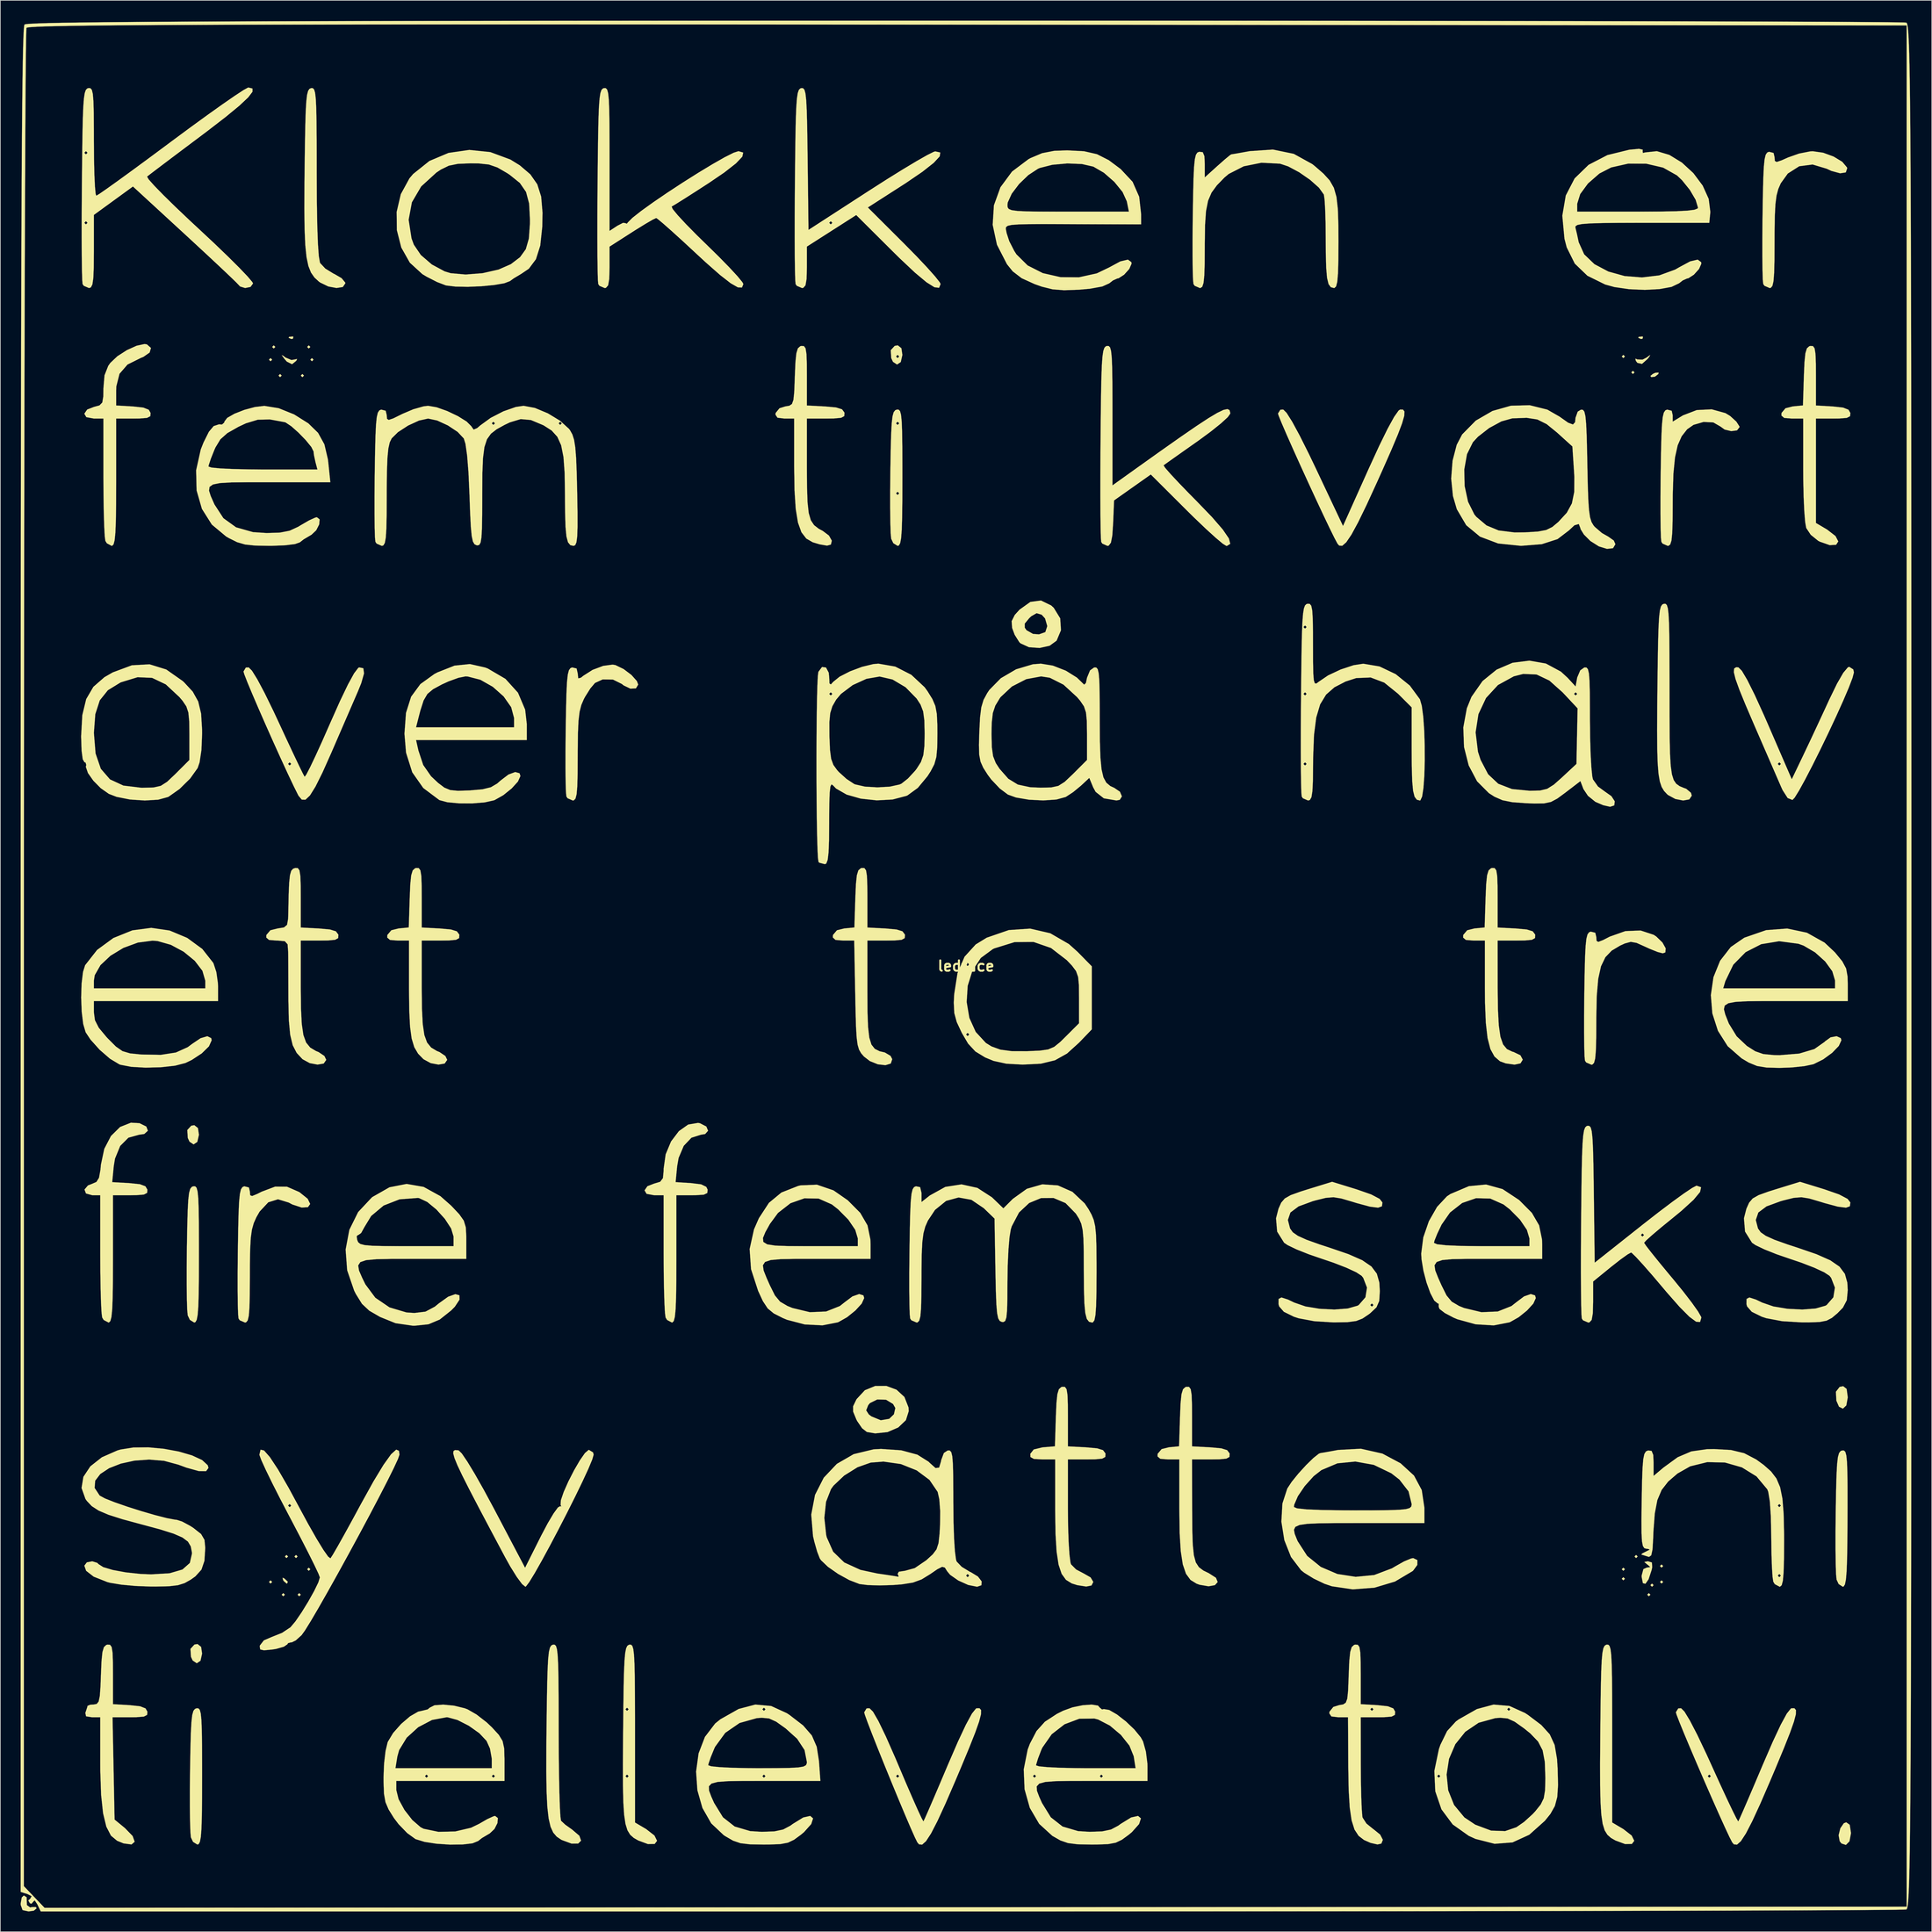
<source format=kicad_pcb>
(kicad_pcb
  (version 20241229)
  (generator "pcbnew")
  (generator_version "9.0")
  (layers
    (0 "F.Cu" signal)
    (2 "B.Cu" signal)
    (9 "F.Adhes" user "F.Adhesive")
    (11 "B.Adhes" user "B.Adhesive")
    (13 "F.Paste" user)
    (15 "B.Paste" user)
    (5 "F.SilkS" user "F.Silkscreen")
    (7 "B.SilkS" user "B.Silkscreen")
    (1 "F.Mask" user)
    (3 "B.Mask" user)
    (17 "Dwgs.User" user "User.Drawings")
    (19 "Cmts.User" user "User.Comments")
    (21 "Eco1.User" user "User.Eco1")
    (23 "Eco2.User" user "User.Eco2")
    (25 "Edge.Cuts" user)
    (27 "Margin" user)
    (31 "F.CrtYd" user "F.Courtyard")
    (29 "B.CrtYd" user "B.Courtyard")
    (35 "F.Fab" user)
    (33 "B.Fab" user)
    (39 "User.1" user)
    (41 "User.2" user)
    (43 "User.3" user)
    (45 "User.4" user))
  (footprint "ledface"
    (layer "F.Cu")
    (at 139.705 139.705)
    (property "Reference" "ledface" (at 0 0 0) (layer "F.SilkS") (effects (font (size 1.524 1.524) (thickness 0.3))))
    (attr through_hole)
    (fp_poly (pts (xy -102.541 -89.606) (xy -102.776 -89.37) (xy -103.011 -89.606) (xy -102.776 -89.841) (xy -102.541 -89.606)) (stroke (width 0.01) (type solid)) (fill yes) (layer "F.SilkS"))
    (fp_poly (pts (xy -102.541 91.017) (xy -102.776 91.252) (xy -103.011 91.017) (xy -102.776 90.781) (xy -102.541 91.017)) (stroke (width 0.01) (type solid)) (fill yes) (layer "F.SilkS"))
    (fp_poly (pts (xy -102.07 -91.487) (xy -102.306 -91.252) (xy -102.541 -91.487) (xy -102.306 -91.722) (xy -102.07 -91.487)) (stroke (width 0.01) (type solid)) (fill yes) (layer "F.SilkS"))
    (fp_poly (pts (xy -101.13 -87.254) (xy -101.365 -87.019) (xy -101.6 -87.254) (xy -101.365 -87.489) (xy -101.13 -87.254)) (stroke (width 0.01) (type solid)) (fill yes) (layer "F.SilkS"))
    (fp_poly (pts (xy -100.659 92.898) (xy -100.894 93.133) (xy -101.13 92.898) (xy -100.894 92.663) (xy -100.659 92.898)) (stroke (width 0.01) (type solid)) (fill yes) (layer "F.SilkS"))
    (fp_poly (pts (xy -100.189 87.254) (xy -100.424 87.489) (xy -100.659 87.254) (xy -100.424 87.019) (xy -100.189 87.254)) (stroke (width 0.01) (type solid)) (fill yes) (layer "F.SilkS"))
    (fp_poly (pts (xy -98.778 87.254) (xy -99.013 87.489) (xy -99.248 87.254) (xy -99.013 87.019) (xy -98.778 87.254)) (stroke (width 0.01) (type solid)) (fill yes) (layer "F.SilkS"))
    (fp_poly (pts (xy -98.307 92.898) (xy -98.543 93.133) (xy -98.778 92.898) (xy -98.543 92.663) (xy -98.307 92.898)) (stroke (width 0.01) (type solid)) (fill yes) (layer "F.SilkS"))
    (fp_poly (pts (xy -97.837 -87.254) (xy -98.072 -87.019) (xy -98.307 -87.254) (xy -98.072 -87.489) (xy -97.837 -87.254)) (stroke (width 0.01) (type solid)) (fill yes) (layer "F.SilkS"))
    (fp_poly (pts (xy -96.896 -91.487) (xy -97.131 -91.252) (xy -97.367 -91.487) (xy -97.131 -91.722) (xy -96.896 -91.487)) (stroke (width 0.01) (type solid)) (fill yes) (layer "F.SilkS"))
    (fp_poly (pts (xy -96.896 89.135) (xy -97.131 89.37) (xy -97.367 89.135) (xy -97.131 88.9) (xy -96.896 89.135)) (stroke (width 0.01) (type solid)) (fill yes) (layer "F.SilkS"))
    (fp_poly (pts (xy -96.426 -89.606) (xy -96.661 -89.37) (xy -96.896 -89.606) (xy -96.661 -89.841) (xy -96.426 -89.606)) (stroke (width 0.01) (type solid)) (fill yes) (layer "F.SilkS"))
    (fp_poly (pts (xy 97.367 -90.076) (xy 97.131 -89.841) (xy 96.896 -90.076) (xy 97.131 -90.311) (xy 97.367 -90.076)) (stroke (width 0.01) (type solid)) (fill yes) (layer "F.SilkS"))
    (fp_poly (pts (xy 97.367 89.135) (xy 97.131 89.37) (xy 96.896 89.135) (xy 97.131 88.9) (xy 97.367 89.135)) (stroke (width 0.01) (type solid)) (fill yes) (layer "F.SilkS"))
    (fp_poly (pts (xy 97.367 90.546) (xy 97.131 90.781) (xy 96.896 90.546) (xy 97.131 90.311) (xy 97.367 90.546)) (stroke (width 0.01) (type solid)) (fill yes) (layer "F.SilkS"))
    (fp_poly (pts (xy 98.778 -87.724) (xy 98.543 -87.489) (xy 98.307 -87.724) (xy 98.543 -87.959) (xy 98.778 -87.724)) (stroke (width 0.01) (type solid)) (fill yes) (layer "F.SilkS"))
    (fp_poly (pts (xy 99.248 87.254) (xy 99.013 87.489) (xy 98.778 87.254) (xy 99.013 87.019) (xy 99.248 87.254)) (stroke (width 0.01) (type solid)) (fill yes) (layer "F.SilkS"))
    (fp_poly (pts (xy 101.13 92.898) (xy 100.894 93.133) (xy 100.659 92.898) (xy 100.894 92.663) (xy 101.13 92.898)) (stroke (width 0.01) (type solid)) (fill yes) (layer "F.SilkS"))
    (fp_poly (pts (xy 101.6 91.487) (xy 101.365 91.722) (xy 101.13 91.487) (xy 101.365 91.252) (xy 101.6 91.487)) (stroke (width 0.01) (type solid)) (fill yes) (layer "F.SilkS"))
    (fp_poly (pts (xy 103.011 88.665) (xy 102.776 88.9) (xy 102.541 88.665) (xy 102.776 88.43) (xy 103.011 88.665)) (stroke (width 0.01) (type solid)) (fill yes) (layer "F.SilkS"))
    (fp_poly (pts (xy 103.011 91.017) (xy 102.776 91.252) (xy 102.541 91.017) (xy 102.776 90.781) (xy 103.011 91.017)) (stroke (width 0.01) (type solid)) (fill yes) (layer "F.SilkS"))
    (fp_poly (pts (xy -99.405 -92.977) (xy -99.47 -92.697) (xy -99.719 -92.663) (xy -100.106 -92.835) (xy -100.032 -92.977) (xy -99.474 -93.033) (xy -99.405 -92.977)) (stroke (width 0.01) (type solid)) (fill yes) (layer "F.SilkS"))
    (fp_poly (pts (xy 100.032 -92.977) (xy 99.968 -92.697) (xy 99.719 -92.663) (xy 99.331 -92.835) (xy 99.405 -92.977) (xy 99.963 -93.033) (xy 100.032 -92.977)) (stroke (width 0.01) (type solid)) (fill yes) (layer "F.SilkS"))
    (fp_poly (pts (xy -100.732 90.501) (xy -100.227 90.975) (xy -100.331 91.247) (xy -100.396 91.252) (xy -100.794 90.918) (xy -100.939 90.709) (xy -100.995 90.387) (xy -100.732 90.501)) (stroke (width 0.01) (type solid)) (fill yes) (layer "F.SilkS"))
    (fp_poly (pts (xy 102.302 -87.484) (xy 101.799 -87.094) (xy 101.26 -87.028) (xy 101.13 -87.203) (xy 101.499 -87.505) (xy 101.86 -87.668) (xy 102.345 -87.701) (xy 102.302 -87.484)) (stroke (width 0.01) (type solid)) (fill yes) (layer "F.SilkS"))
    (fp_poly (pts (xy -113.506 23.942) (xy -113.359 24.93) (xy -113.599 25.988) (xy -114.147 26.355) (xy -114.749 25.955) (xy -115.004 25.404) (xy -115.079 24.235) (xy -114.488 23.591) (xy -114.037 23.519) (xy -113.506 23.942)) (stroke (width 0.01) (type solid)) (fill yes) (layer "F.SilkS"))
    (fp_poly (pts (xy -113.036 100.613) (xy -112.889 101.6) (xy -113.128 102.659) (xy -113.676 103.025) (xy -114.279 102.626) (xy -114.534 102.075) (xy -114.609 100.905) (xy -114.018 100.262) (xy -113.567 100.189) (xy -113.036 100.613)) (stroke (width 0.01) (type solid)) (fill yes) (layer "F.SilkS"))
    (fp_poly (pts (xy -100.887 -90.168) (xy -100.562 -89.918) (xy -99.688 -89.554) (xy -99.196 -89.638) (xy -98.853 -89.714) (xy -98.968 -89.443) (xy -99.6 -88.934) (xy -100.365 -89.32) (xy -100.719 -89.723) (xy -101.126 -90.28) (xy -100.887 -90.168)) (stroke (width 0.01) (type solid)) (fill yes) (layer "F.SilkS"))
    (fp_poly (pts (xy 100.977 -90.057) (xy 100.719 -89.723) (xy 99.883 -88.979) (xy 99.207 -89.135) (xy 98.968 -89.443) (xy 98.911 -89.764) (xy 99.196 -89.638) (xy 99.975 -89.613) (xy 100.562 -89.918) (xy 101.102 -90.309) (xy 100.977 -90.057)) (stroke (width 0.01) (type solid)) (fill yes) (layer "F.SilkS"))
    (fp_poly (pts (xy 130.125 62.489) (xy 130.293 63.723) (xy 130.293 63.735) (xy 130.078 64.925) (xy 129.576 65.406) (xy 128.999 65.115) (xy 128.611 64.232) (xy 128.541 62.909) (xy 129.095 62.19) (xy 129.615 62.089) (xy 130.125 62.489)) (stroke (width 0.01) (type solid)) (fill yes) (layer "F.SilkS"))
    (fp_poly (pts (xy 130.584 126.9) (xy 130.762 128.068) (xy 130.763 128.176) (xy 130.546 129.339) (xy 130.018 129.876) (xy 129.362 129.659) (xy 129.1 129.325) (xy 128.942 128.446) (xy 129.193 127.421) (xy 129.708 126.672) (xy 130.066 126.53) (xy 130.584 126.9)) (stroke (width 0.01) (type solid)) (fill yes) (layer "F.SilkS"))
    (fp_poly (pts (xy -138.816 137.613) (xy -138.815 137.701) (xy -138.783 138.764) (xy -138.295 139.116) (xy -138.054 139.06) (xy -137.448 139.05) (xy -137.348 139.244) (xy -137.751 139.587) (xy -138.524 139.7) (xy -139.419 139.506) (xy -139.695 138.741) (xy -139.7 138.524) (xy -139.539 137.64) (xy -139.23 137.348) (xy -138.816 137.613)) (stroke (width 0.01) (type solid)) (fill yes) (layer "F.SilkS"))
    (fp_poly (pts (xy -9.554 -91.299) (xy -9.407 -90.311) (xy -9.647 -89.252) (xy -10.195 -88.886) (xy -10.797 -89.286) (xy -11.052 -89.837) (xy -11.068 -90.076) (xy -10.348 -90.076) (xy -10.113 -89.841) (xy -9.878 -90.076) (xy -10.113 -90.311) (xy -10.348 -90.076) (xy -11.068 -90.076) (xy -11.127 -91.006) (xy -10.536 -91.649) (xy -10.085 -91.722) (xy -9.554 -91.299)) (stroke (width 0.01) (type solid)) (fill yes) (layer "F.SilkS"))
    (fp_poly (pts (xy 101.349 88.14) (xy 101.396 88.839) (xy 101.309 89.253) (xy 100.86 90.617) (xy 100.395 91.283) (xy 100.019 91.192) (xy 99.84 90.284) (xy 99.836 90.076) (xy 100.096 89.111) (xy 100.6 88.893) (xy 101.107 88.819) (xy 100.76 88.496) (xy 100.659 88.43) (xy 100.23 88.065) (xy 100.681 87.968) (xy 100.786 87.966) (xy 101.349 88.14)) (stroke (width 0.01) (type solid)) (fill yes) (layer "F.SilkS"))
    (fp_poly (pts (xy -113.911 32.552) (xy -113.707 32.767) (xy -113.56 33.304) (xy -113.461 34.276) (xy -113.401 35.798) (xy -113.371 37.983) (xy -113.36 40.944) (xy -113.359 42.534) (xy -113.367 45.924) (xy -113.396 48.484) (xy -113.454 50.323) (xy -113.548 51.551) (xy -113.686 52.28) (xy -113.875 52.618) (xy -114.056 52.681) (xy -114.698 52.283) (xy -115.013 51.623) (xy -115.088 50.831) (xy -115.14 49.267) (xy -115.168 47.099) (xy -115.168 44.495) (xy -115.139 41.634) (xy -115.085 38.509) (xy -115.022 36.201) (xy -114.936 34.583) (xy -114.815 33.533) (xy -114.645 32.924) (xy -114.413 32.632) (xy -114.182 32.545) (xy -113.911 32.552)) (stroke (width 0.01) (type solid)) (fill yes) (layer "F.SilkS"))
    (fp_poly (pts (xy -113.441 109.693) (xy -113.237 109.908) (xy -113.09 110.445) (xy -112.991 111.417) (xy -112.931 112.939) (xy -112.9 115.124) (xy -112.89 118.085) (xy -112.889 119.675) (xy -112.897 123.065) (xy -112.926 125.624) (xy -112.984 127.463) (xy -113.078 128.692) (xy -113.216 129.42) (xy -113.405 129.758) (xy -113.585 129.822) (xy -114.227 129.424) (xy -114.542 128.764) (xy -114.617 127.972) (xy -114.67 126.408) (xy -114.697 124.24) (xy -114.698 121.636) (xy -114.669 118.775) (xy -114.615 115.65) (xy -114.552 113.341) (xy -114.466 111.724) (xy -114.345 110.673) (xy -114.174 110.065) (xy -113.942 109.773) (xy -113.712 109.685) (xy -113.441 109.693)) (stroke (width 0.01) (type solid)) (fill yes) (layer "F.SilkS"))
    (fp_poly (pts (xy 129.737 71.593) (xy 129.94 71.809) (xy 130.085 72.346) (xy 130.18 73.319) (xy 130.235 74.841) (xy 130.258 77.026) (xy 130.259 79.987) (xy 130.254 81.575) (xy 130.234 84.993) (xy 130.193 87.576) (xy 130.124 89.431) (xy 130.02 90.664) (xy 129.874 91.381) (xy 129.678 91.689) (xy 129.56 91.722) (xy 128.947 91.324) (xy 128.639 90.664) (xy 128.564 89.872) (xy 128.512 88.308) (xy 128.484 86.14) (xy 128.484 83.536) (xy 128.513 80.675) (xy 128.567 77.549) (xy 128.63 75.24) (xy 128.716 73.623) (xy 128.837 72.572) (xy 129.008 71.963) (xy 129.24 71.672) (xy 129.467 71.586) (xy 129.737 71.593)) (stroke (width 0.01) (type solid)) (fill yes) (layer "F.SilkS"))
    (fp_poly (pts (xy 12.575 -53.285) (xy 12.957 -52.938) (xy 13.915 -51.38) (xy 14.029 -49.627) (xy 13.379 -48.082) (xy 12.348 -47.331) (xy 10.858 -47.004) (xy 9.296 -47.118) (xy 8.049 -47.688) (xy 7.871 -47.86) (xy 7.184 -48.957) (xy 6.809 -49.965) (xy 6.765 -50.6) (xy 8.669 -50.6) (xy 8.677 -49.997) (xy 8.935 -49.626) (xy 9.889 -49.081) (xy 10.778 -49.012) (xy 11.716 -49.345) (xy 11.994 -50.196) (xy 11.994 -50.278) (xy 11.677 -51.368) (xy 11.178 -51.918) (xy 10.427 -52.144) (xy 9.634 -51.691) (xy 9.335 -51.407) (xy 8.669 -50.6) (xy 6.765 -50.6) (xy 6.739 -50.964) (xy 7.203 -51.888) (xy 7.912 -52.67) (xy 9.509 -53.808) (xy 11.071 -54.014) (xy 12.575 -53.285)) (stroke (width 0.01) (type solid)) (fill yes) (layer "F.SilkS"))
    (fp_poly (pts (xy -10.275 62.605) (xy -9.108 63.68) (xy -8.504 65.22) (xy -8.467 65.769) (xy -8.892 67.109) (xy -10.015 68.181) (xy -11.603 68.87) (xy -13.426 69.059) (xy -14.658 68.851) (xy -15.361 68.3) (xy -16.09 67.236) (xy -16.211 66.997) (xy -16.681 65.858) (xy -16.683 65.655) (xy -14.761 65.655) (xy -14.37 66.259) (xy -13.985 66.551) (xy -12.597 67.122) (xy -11.351 66.908) (xy -10.659 66.244) (xy -10.448 65.315) (xy -10.786 64.715) (xy -11.829 64.082) (xy -13.115 64.046) (xy -14.211 64.587) (xy -14.46 64.891) (xy -14.761 65.655) (xy -16.683 65.655) (xy -16.689 65.055) (xy -16.228 64.098) (xy -16.158 63.98) (xy -14.949 62.681) (xy -13.417 62.054) (xy -11.786 62.046) (xy -10.275 62.605)) (stroke (width 0.01) (type solid)) (fill yes) (layer "F.SilkS"))
    (fp_poly (pts (xy 94.903 100.285) (xy 95.092 100.476) (xy 95.236 100.95) (xy 95.339 101.809) (xy 95.41 103.153) (xy 95.453 105.082) (xy 95.476 107.695) (xy 95.484 111.094) (xy 95.485 113.341) (xy 95.485 126.561) (xy 97.131 127.533) (xy 98.358 128.486) (xy 98.743 129.268) (xy 98.386 129.735) (xy 97.386 129.745) (xy 95.965 129.218) (xy 95.301 128.837) (xy 94.775 128.373) (xy 94.372 127.718) (xy 94.079 126.769) (xy 93.879 125.418) (xy 93.758 123.562) (xy 93.701 121.094) (xy 93.693 117.909) (xy 93.72 113.901) (xy 93.724 113.366) (xy 93.762 109.528) (xy 93.805 106.528) (xy 93.86 104.261) (xy 93.935 102.624) (xy 94.037 101.513) (xy 94.173 100.824) (xy 94.352 100.454) (xy 94.58 100.299) (xy 94.662 100.278) (xy 94.903 100.285)) (stroke (width 0.01) (type solid)) (fill yes) (layer "F.SilkS"))
    (fp_poly (pts (xy 64.572 -82.227) (xy 64.787 -81.944) (xy 64.75 -81.295) (xy 64.433 -80.191) (xy 63.809 -78.544) (xy 62.85 -76.268) (xy 61.528 -73.273) (xy 60.729 -71.496) (xy 59.182 -68.127) (xy 57.937 -65.569) (xy 56.952 -63.755) (xy 56.184 -62.622) (xy 55.593 -62.103) (xy 55.135 -62.134) (xy 54.891 -62.416) (xy 54.434 -63.272) (xy 53.699 -64.765) (xy 52.756 -66.742) (xy 51.675 -69.05) (xy 50.526 -71.537) (xy 49.379 -74.05) (xy 48.303 -76.436) (xy 47.368 -78.543) (xy 46.645 -80.218) (xy 46.202 -81.308) (xy 46.096 -81.649) (xy 46.45 -82.209) (xy 46.875 -82.232) (xy 47.368 -81.744) (xy 48.19 -80.441) (xy 49.308 -78.378) (xy 50.694 -75.611) (xy 51.679 -73.554) (xy 55.705 -65.029) (xy 59.53 -73.554) (xy 61.044 -76.847) (xy 62.294 -79.391) (xy 63.259 -81.149) (xy 63.919 -82.084) (xy 64.133 -82.232) (xy 64.572 -82.227)) (stroke (width 0.01) (type solid)) (fill yes) (layer "F.SilkS"))
    (fp_poly (pts (xy -96.532 -129.726) (xy -96.339 -129.531) (xy -96.195 -129.045) (xy -96.092 -128.164) (xy -96.024 -126.786) (xy -95.983 -124.809) (xy -95.962 -122.129) (xy -95.956 -118.644) (xy -95.956 -117.361) (xy -95.935 -113.046) (xy -95.876 -109.508) (xy -95.779 -106.787) (xy -95.646 -104.922) (xy -95.478 -103.952) (xy -95.447 -103.881) (xy -94.68 -103.063) (xy -93.481 -102.325) (xy -93.331 -102.259) (xy -92.278 -101.648) (xy -91.74 -100.999) (xy -91.722 -100.888) (xy -92.097 -100.344) (xy -93.032 -100.196) (xy -94.242 -100.423) (xy -95.443 -101.006) (xy -95.646 -101.155) (xy -96.289 -101.749) (xy -96.797 -102.477) (xy -97.182 -103.447) (xy -97.46 -104.768) (xy -97.642 -106.548) (xy -97.744 -108.898) (xy -97.78 -111.925) (xy -97.762 -115.737) (xy -97.743 -117.586) (xy -97.695 -121.267) (xy -97.643 -124.115) (xy -97.579 -126.237) (xy -97.493 -127.742) (xy -97.378 -128.736) (xy -97.225 -129.328) (xy -97.025 -129.625) (xy -96.779 -129.733) (xy -96.532 -129.726)) (stroke (width 0.01) (type solid)) (fill yes) (layer "F.SilkS"))
    (fp_poly (pts (xy -60.786 100.285) (xy -60.595 100.478) (xy -60.451 100.96) (xy -60.348 101.831) (xy -60.277 103.193) (xy -60.234 105.148) (xy -60.211 107.798) (xy -60.202 111.243) (xy -60.2 112.972) (xy -60.186 116.369) (xy -60.15 119.465) (xy -60.095 122.132) (xy -60.025 124.245) (xy -59.943 125.675) (xy -59.852 126.298) (xy -59.847 126.305) (xy -59.229 126.882) (xy -58.222 127.601) (xy -58.208 127.61) (xy -57.142 128.519) (xy -56.887 129.244) (xy -57.317 129.668) (xy -58.303 129.677) (xy -59.72 129.154) (xy -59.838 129.092) (xy -60.487 128.653) (xy -61.002 128.052) (xy -61.396 127.187) (xy -61.682 125.954) (xy -61.875 124.252) (xy -61.986 121.977) (xy -62.03 119.029) (xy -62.02 115.304) (xy -61.994 112.66) (xy -61.947 108.939) (xy -61.896 106.053) (xy -61.833 103.894) (xy -61.75 102.356) (xy -61.637 101.332) (xy -61.488 100.716) (xy -61.294 100.402) (xy -61.045 100.281) (xy -61.031 100.278) (xy -60.786 100.285)) (stroke (width 0.01) (type solid)) (fill yes) (layer "F.SilkS"))
    (fp_poly (pts (xy -9.959 -82.219) (xy -9.755 -82.003) (xy -9.608 -81.466) (xy -9.51 -80.494) (xy -9.449 -78.972) (xy -9.419 -76.788) (xy -9.408 -73.826) (xy -9.407 -72.236) (xy -9.415 -68.846) (xy -9.445 -66.287) (xy -9.502 -64.448) (xy -9.596 -63.219) (xy -9.734 -62.491) (xy -9.923 -62.153) (xy -10.104 -62.089) (xy -10.746 -62.487) (xy -11.061 -63.147) (xy -11.136 -63.939) (xy -11.188 -65.503) (xy -11.216 -67.671) (xy -11.216 -69.85) (xy -10.348 -69.85) (xy -10.113 -69.615) (xy -9.878 -69.85) (xy -10.113 -70.085) (xy -10.348 -69.85) (xy -11.216 -69.85) (xy -11.216 -70.275) (xy -11.187 -73.137) (xy -11.133 -76.261) (xy -11.07 -78.57) (xy -10.985 -80.187) (xy -10.983 -80.198) (xy -10.348 -80.198) (xy -10.113 -79.963) (xy -9.878 -80.198) (xy -10.113 -80.433) (xy -10.348 -80.198) (xy -10.983 -80.198) (xy -10.863 -81.238) (xy -10.693 -81.847) (xy -10.461 -82.138) (xy -10.231 -82.226) (xy -9.959 -82.219)) (stroke (width 0.01) (type solid)) (fill yes) (layer "F.SilkS"))
    (fp_poly (pts (xy 103.373 -53.526) (xy 103.563 -53.333) (xy 103.707 -52.853) (xy 103.81 -51.984) (xy 103.88 -50.625) (xy 103.922 -48.674) (xy 103.944 -46.03) (xy 103.951 -42.592) (xy 103.952 -40.794) (xy 103.954 -36.847) (xy 103.973 -33.733) (xy 104.026 -31.347) (xy 104.132 -29.581) (xy 104.308 -28.328) (xy 104.573 -27.481) (xy 104.945 -26.935) (xy 105.442 -26.581) (xy 106.082 -26.313) (xy 106.421 -26.192) (xy 107.118 -25.606) (xy 107.244 -25.18) (xy 106.873 -24.622) (xy 105.963 -24.463) (xy 104.818 -24.685) (xy 103.741 -25.269) (xy 103.592 -25.398) (xy 103.143 -25.881) (xy 102.789 -26.471) (xy 102.522 -27.274) (xy 102.331 -28.4) (xy 102.206 -29.956) (xy 102.139 -32.049) (xy 102.119 -34.788) (xy 102.137 -38.281) (xy 102.169 -41.386) (xy 102.215 -45.067) (xy 102.266 -47.915) (xy 102.33 -50.037) (xy 102.414 -51.541) (xy 102.529 -52.536) (xy 102.682 -53.128) (xy 102.882 -53.425) (xy 103.129 -53.533) (xy 103.373 -53.526)) (stroke (width 0.01) (type solid)) (fill yes) (layer "F.SilkS"))
    (fp_poly (pts (xy 125.149 -91.617) (xy 125.392 -91.279) (xy 125.525 -90.457) (xy 125.58 -88.984) (xy 125.589 -87.313) (xy 125.589 -82.834) (xy 128.054 -82.692) (xy 129.594 -82.526) (xy 130.402 -82.207) (xy 130.675 -81.727) (xy 130.636 -81.253) (xy 130.152 -81.003) (xy 129.024 -80.911) (xy 128.21 -80.904) (xy 125.589 -80.904) (xy 125.589 -65.474) (xy 127.235 -64.503) (xy 128.481 -63.541) (xy 128.892 -62.747) (xy 128.574 -62.254) (xy 127.632 -62.197) (xy 126.173 -62.708) (xy 125.92 -62.84) (xy 124.824 -63.728) (xy 124.156 -64.733) (xy 124.002 -65.599) (xy 123.87 -67.212) (xy 123.772 -69.381) (xy 123.716 -71.913) (xy 123.707 -73.408) (xy 123.707 -80.904) (xy 122.027 -80.904) (xy 120.9 -80.996) (xy 120.491 -81.347) (xy 120.502 -81.727) (xy 121.093 -82.427) (xy 122.165 -82.696) (xy 123.673 -82.842) (xy 123.808 -87.159) (xy 123.897 -89.235) (xy 124.033 -90.547) (xy 124.253 -91.271) (xy 124.596 -91.585) (xy 124.766 -91.634) (xy 125.149 -91.617)) (stroke (width 0.01) (type solid)) (fill yes) (layer "F.SilkS"))
    (fp_poly (pts (xy 112.215 -81.705) (xy 112.908 -81.286) (xy 113.827 -80.451) (xy 114.288 -79.73) (xy 114.3 -79.639) (xy 113.931 -79.161) (xy 113.073 -79.045) (xy 112.1 -79.28) (xy 111.478 -79.728) (xy 110.429 -80.333) (xy 108.984 -80.405) (xy 107.501 -79.975) (xy 106.556 -79.317) (xy 105.748 -78.286) (xy 105.159 -76.95) (xy 104.763 -75.165) (xy 104.53 -72.786) (xy 104.432 -69.669) (xy 104.425 -68.321) (xy 104.409 -65.754) (xy 104.354 -63.987) (xy 104.243 -62.882) (xy 104.059 -62.298) (xy 103.788 -62.096) (xy 103.702 -62.089) (xy 102.925 -62.427) (xy 102.751 -62.69) (xy 102.686 -63.327) (xy 102.642 -64.752) (xy 102.618 -66.811) (xy 102.618 -69.35) (xy 102.642 -72.218) (xy 102.648 -72.679) (xy 102.698 -75.892) (xy 102.757 -78.286) (xy 102.837 -79.982) (xy 102.95 -81.103) (xy 103.109 -81.77) (xy 103.324 -82.104) (xy 103.599 -82.226) (xy 104.273 -82.055) (xy 104.422 -81.415) (xy 104.422 -80.447) (xy 105.951 -81.379) (xy 107.987 -82.16) (xy 110.19 -82.267) (xy 112.215 -81.705)) (stroke (width 0.01) (type solid)) (fill yes) (layer "F.SilkS"))
    (fp_poly (pts (xy -105.975 32.722) (xy -105.833 33.311) (xy -105.789 33.871) (xy -105.497 33.988) (xy -104.723 33.666) (xy -104.088 33.346) (xy -102.093 32.594) (xy -100.349 32.608) (xy -98.551 33.391) (xy -98.481 33.435) (xy -97.29 34.391) (xy -96.919 35.158) (xy -97.25 35.628) (xy -98.166 35.69) (xy -99.548 35.236) (xy -100.102 34.945) (xy -101.679 34.464) (xy -103.111 34.91) (xy -104.388 36.279) (xy -104.873 37.122) (xy -105.259 37.989) (xy -105.527 38.943) (xy -105.698 40.172) (xy -105.791 41.864) (xy -105.829 44.205) (xy -105.833 45.842) (xy -105.846 48.548) (xy -105.894 50.448) (xy -105.99 51.675) (xy -106.15 52.364) (xy -106.387 52.649) (xy -106.554 52.681) (xy -107.33 52.344) (xy -107.505 52.08) (xy -107.569 51.443) (xy -107.614 50.018) (xy -107.637 47.96) (xy -107.638 45.42) (xy -107.614 42.553) (xy -107.608 42.091) (xy -107.557 38.878) (xy -107.498 36.484) (xy -107.418 34.788) (xy -107.305 33.667) (xy -107.147 33.001) (xy -106.931 32.666) (xy -106.656 32.545) (xy -105.975 32.722)) (stroke (width 0.01) (type solid)) (fill yes) (layer "F.SilkS"))
    (fp_poly (pts (xy -126.499 100.294) (xy -126.257 100.632) (xy -126.123 101.454) (xy -126.068 102.927) (xy -126.059 104.598) (xy -126.059 109.077) (xy -123.594 109.219) (xy -122.054 109.385) (xy -121.246 109.705) (xy -120.973 110.184) (xy -121.012 110.656) (xy -121.491 110.906) (xy -122.611 110.999) (xy -123.47 111.007) (xy -126.124 111.007) (xy -125.974 118.568) (xy -125.824 126.129) (xy -124.291 127.388) (xy -123.155 128.559) (xy -122.856 129.404) (xy -123.321 129.807) (xy -124.479 129.653) (xy -125.448 129.259) (xy -126.357 128.503) (xy -127.042 127.174) (xy -127.522 125.189) (xy -127.813 122.463) (xy -127.935 118.915) (xy -127.941 117.744) (xy -127.941 111.007) (xy -129.167 111.007) (xy -130.035 110.868) (xy -130.144 110.368) (xy -130.108 110.263) (xy -129.859 109.514) (xy -129.822 109.323) (xy -129.427 109.162) (xy -128.899 109.126) (xy -128.462 109.046) (xy -128.178 108.688) (xy -128.006 107.876) (xy -127.902 106.435) (xy -127.841 104.78) (xy -127.752 102.697) (xy -127.617 101.378) (xy -127.399 100.647) (xy -127.06 100.329) (xy -126.882 100.277) (xy -126.499 100.294)) (stroke (width 0.01) (type solid)) (fill yes) (layer "F.SilkS"))
    (fp_poly (pts (xy -122.146 23.22) (xy -121.137 23.718) (xy -120.903 24.335) (xy -121.435 24.815) (xy -122.214 24.93) (xy -123.779 25.363) (xy -124.995 26.58) (xy -125.764 28.459) (xy -125.949 29.591) (xy -126.174 31.932) (xy -123.652 32.076) (xy -122.094 32.238) (xy -121.268 32.547) (xy -120.973 33.044) (xy -121.012 33.517) (xy -121.496 33.767) (xy -122.624 33.859) (xy -123.438 33.867) (xy -126.059 33.867) (xy -126.059 43.274) (xy -126.07 46.554) (xy -126.106 49.004) (xy -126.175 50.731) (xy -126.286 51.846) (xy -126.445 52.457) (xy -126.661 52.675) (xy -126.714 52.681) (xy -127.432 52.301) (xy -127.655 51.937) (xy -127.746 51.246) (xy -127.825 49.778) (xy -127.887 47.697) (xy -127.928 45.167) (xy -127.941 42.53) (xy -127.941 33.867) (xy -129.117 33.867) (xy -130.051 33.607) (xy -130.268 33.026) (xy -129.757 32.423) (xy -129.172 32.192) (xy -128.505 31.903) (xy -128.124 31.293) (xy -127.91 30.108) (xy -127.838 29.341) (xy -127.343 27.012) (xy -126.355 25.113) (xy -125.003 23.78) (xy -123.412 23.151) (xy -122.146 23.22)) (stroke (width 0.01) (type solid)) (fill yes) (layer "F.SilkS"))
    (fp_poly (pts (xy -49.5 100.285) (xy -49.311 100.476) (xy -49.168 100.95) (xy -49.064 101.809) (xy -48.994 103.153) (xy -48.951 105.082) (xy -48.928 107.695) (xy -48.919 111.094) (xy -48.919 113.341) (xy -48.919 126.561) (xy -47.272 127.533) (xy -46.046 128.486) (xy -45.66 129.268) (xy -46.017 129.735) (xy -47.018 129.745) (xy -48.439 129.218) (xy -49.103 128.837) (xy -49.629 128.373) (xy -50.031 127.718) (xy -50.325 126.769) (xy -50.525 125.418) (xy -50.646 123.562) (xy -50.702 121.094) (xy -50.706 119.709) (xy -50.33 119.709) (xy -50.094 119.944) (xy -49.859 119.709) (xy -50.094 119.474) (xy -50.33 119.709) (xy -50.706 119.709) (xy -50.71 117.909) (xy -50.684 113.901) (xy -50.679 113.366) (xy -50.644 109.831) (xy -50.33 109.831) (xy -50.094 110.067) (xy -49.859 109.831) (xy -50.094 109.596) (xy -50.33 109.831) (xy -50.644 109.831) (xy -50.641 109.528) (xy -50.599 106.528) (xy -50.544 104.261) (xy -50.469 102.624) (xy -50.367 101.513) (xy -50.23 100.824) (xy -50.052 100.454) (xy -49.824 100.299) (xy -49.742 100.278) (xy -49.5 100.285)) (stroke (width 0.01) (type solid)) (fill yes) (layer "F.SilkS"))
    (fp_poly (pts (xy -39.317 23.231) (xy -38.382 23.713) (xy -38.121 24.337) (xy -38.553 24.822) (xy -39.194 24.93) (xy -40.58 25.368) (xy -41.717 26.567) (xy -42.477 28.357) (xy -42.693 29.59) (xy -42.918 31.929) (xy -40.631 32.075) (xy -39.143 32.261) (xy -38.389 32.63) (xy -38.187 33.044) (xy -38.234 33.535) (xy -38.751 33.783) (xy -39.946 33.864) (xy -40.417 33.867) (xy -42.804 33.867) (xy -42.804 43.274) (xy -42.814 46.554) (xy -42.85 49.004) (xy -42.92 50.731) (xy -43.031 51.846) (xy -43.19 52.457) (xy -43.406 52.675) (xy -43.459 52.681) (xy -44.176 52.301) (xy -44.4 51.937) (xy -44.491 51.246) (xy -44.57 49.778) (xy -44.632 47.697) (xy -44.672 45.167) (xy -44.685 42.53) (xy -44.685 33.867) (xy -46.096 33.867) (xy -47.208 33.662) (xy -47.507 33.149) (xy -47.084 32.535) (xy -46.096 32.15) (xy -45.194 31.877) (xy -44.789 31.341) (xy -44.686 30.234) (xy -44.684 29.927) (xy -44.387 27.823) (xy -43.591 25.921) (xy -42.434 24.396) (xy -41.059 23.423) (xy -39.605 23.178) (xy -39.317 23.231)) (stroke (width 0.01) (type solid)) (fill yes) (layer "F.SilkS"))
    (fp_poly (pts (xy 101.61 -4.616) (xy 101.997 -4.36) (xy 102.91 -3.475) (xy 103.387 -2.617) (xy 103.339 -2.02) (xy 102.959 -1.881) (xy 102.206 -2.075) (xy 100.983 -2.565) (xy 100.358 -2.854) (xy 99.088 -3.423) (xy 98.226 -3.578) (xy 97.346 -3.338) (xy 96.658 -3.025) (xy 95.403 -2.277) (xy 94.474 -1.303) (xy 93.828 0.037) (xy 93.418 1.882) (xy 93.202 4.372) (xy 93.134 7.646) (xy 93.133 7.978) (xy 93.12 10.631) (xy 93.07 12.479) (xy 92.968 13.66) (xy 92.8 14.308) (xy 92.551 14.561) (xy 92.413 14.581) (xy 91.636 14.243) (xy 91.462 13.98) (xy 91.396 13.34) (xy 91.352 11.916) (xy 91.329 9.861) (xy 91.329 7.333) (xy 91.355 4.487) (xy 91.359 4.226) (xy 91.41 1.058) (xy 91.47 -1.292) (xy 91.553 -2.948) (xy 91.67 -4.032) (xy 91.834 -4.669) (xy 92.057 -4.981) (xy 92.31 -5.085) (xy 92.985 -4.914) (xy 93.133 -4.275) (xy 93.171 -3.713) (xy 93.431 -3.565) (xy 94.133 -3.837) (xy 95.128 -4.348) (xy 97.435 -5.163) (xy 99.674 -5.253) (xy 101.61 -4.616)) (stroke (width 0.01) (type solid)) (fill yes) (layer "F.SilkS"))
    (fp_poly (pts (xy 126.651 -120.187) (xy 128.203 -119.617) (xy 129.478 -118.845) (xy 130.172 -118.02) (xy 130.209 -117.891) (xy 130.003 -117.277) (xy 129.162 -117.147) (xy 127.865 -117.502) (xy 127.171 -117.825) (xy 125.094 -118.447) (xy 123.122 -118.19) (xy 121.433 -117.111) (xy 120.398 -115.678) (xy 120.025 -114.824) (xy 119.766 -113.851) (xy 119.601 -112.574) (xy 119.512 -110.809) (xy 119.477 -108.37) (xy 119.474 -107.028) (xy 119.461 -104.322) (xy 119.414 -102.422) (xy 119.317 -101.195) (xy 119.157 -100.506) (xy 118.92 -100.222) (xy 118.754 -100.189) (xy 117.977 -100.527) (xy 117.803 -100.79) (xy 117.738 -101.427) (xy 117.694 -102.852) (xy 117.67 -104.911) (xy 117.67 -107.45) (xy 117.694 -110.318) (xy 117.7 -110.779) (xy 117.75 -113.992) (xy 117.809 -116.386) (xy 117.889 -118.082) (xy 118.002 -119.203) (xy 118.161 -119.87) (xy 118.376 -120.204) (xy 118.651 -120.326) (xy 119.328 -120.153) (xy 119.474 -119.532) (xy 119.514 -118.972) (xy 119.785 -118.817) (xy 120.516 -119.06) (xy 121.473 -119.487) (xy 123.1 -120.06) (xy 124.718 -120.38) (xy 125.126 -120.404) (xy 126.651 -120.187)) (stroke (width 0.01) (type solid)) (fill yes) (layer "F.SilkS"))
    (fp_poly (pts (xy -51.814 -44.473) (xy -50.603 -43.886) (xy -49.449 -43.016) (xy -48.645 -42.114) (xy -48.448 -41.594) (xy -48.785 -41.031) (xy -49.601 -40.994) (xy -50.603 -41.473) (xy -50.865 -41.687) (xy -52.183 -42.337) (xy -53.702 -42.353) (xy -54.831 -41.836) (xy -55.514 -41.032) (xy -56.29 -39.798) (xy -56.479 -39.444) (xy -56.853 -38.576) (xy -57.11 -37.567) (xy -57.271 -36.23) (xy -57.355 -34.375) (xy -57.384 -31.814) (xy -57.385 -31.063) (xy -57.399 -28.41) (xy -57.449 -26.562) (xy -57.55 -25.381) (xy -57.719 -24.733) (xy -57.968 -24.48) (xy -58.106 -24.459) (xy -58.882 -24.797) (xy -59.057 -25.061) (xy -59.122 -25.701) (xy -59.167 -27.125) (xy -59.19 -29.179) (xy -59.189 -31.707) (xy -59.163 -34.554) (xy -59.16 -34.815) (xy -59.108 -37.983) (xy -59.048 -40.333) (xy -58.966 -41.988) (xy -58.849 -43.073) (xy -58.685 -43.71) (xy -58.461 -44.022) (xy -58.208 -44.126) (xy -57.549 -43.968) (xy -57.385 -43.236) (xy -57.307 -42.514) (xy -56.914 -42.604) (xy -56.562 -42.889) (xy -55.188 -43.765) (xy -53.611 -44.359) (xy -52.222 -44.542) (xy -51.814 -44.473)) (stroke (width 0.01) (type solid)) (fill yes) (layer "F.SilkS"))
    (fp_poly (pts (xy 78.112 -14.476) (xy 78.354 -14.139) (xy 78.488 -13.316) (xy 78.543 -11.844) (xy 78.552 -10.171) (xy 78.552 -5.691) (xy 81.252 -5.55) (xy 82.863 -5.403) (xy 83.74 -5.13) (xy 84.092 -4.661) (xy 84.109 -4.586) (xy 84.074 -4.128) (xy 83.619 -3.878) (xy 82.549 -3.777) (xy 81.409 -3.763) (xy 78.552 -3.763) (xy 78.559 3.175) (xy 78.596 6.373) (xy 78.721 8.757) (xy 78.964 10.452) (xy 79.357 11.583) (xy 79.93 12.274) (xy 80.713 12.65) (xy 80.905 12.7) (xy 81.919 13.186) (xy 82.267 13.834) (xy 81.93 14.381) (xy 81.056 14.567) (xy 79.756 14.387) (xy 78.9 14.071) (xy 78.089 13.371) (xy 77.486 12.269) (xy 77.068 10.648) (xy 76.81 8.392) (xy 76.688 5.385) (xy 76.67 3.235) (xy 76.67 -3.763) (xy 74.99 -3.763) (xy 73.863 -3.855) (xy 73.454 -4.207) (xy 73.465 -4.586) (xy 74.056 -5.287) (xy 75.128 -5.555) (xy 76.636 -5.701) (xy 76.771 -10.019) (xy 76.86 -12.094) (xy 76.996 -13.406) (xy 77.216 -14.13) (xy 77.559 -14.445) (xy 77.729 -14.493) (xy 78.112 -14.476)) (stroke (width 0.01) (type solid)) (fill yes) (layer "F.SilkS"))
    (fp_poly (pts (xy 131.107 -43.833) (xy 131.205 -43.392) (xy 130.994 -42.581) (xy 130.44 -41.134) (xy 129.617 -39.204) (xy 128.597 -36.941) (xy 127.453 -34.497) (xy 126.259 -32.024) (xy 125.088 -29.675) (xy 124.013 -27.601) (xy 123.107 -25.953) (xy 122.444 -24.883) (xy 122.122 -24.542) (xy 121.414 -24.828) (xy 120.664 -25.995) (xy 120.468 -26.424) (xy 119.976 -27.554) (xy 119.197 -29.346) (xy 118.97 -29.869) (xy 119.944 -29.869) (xy 120.18 -29.633) (xy 120.415 -29.869) (xy 120.18 -30.104) (xy 119.944 -29.869) (xy 118.97 -29.869) (xy 118.217 -31.6) (xy 117.124 -34.114) (xy 116.471 -35.615) (xy 115.19 -38.599) (xy 114.279 -40.828) (xy 113.712 -42.401) (xy 113.462 -43.414) (xy 113.502 -43.967) (xy 113.806 -44.158) (xy 114.139 -44.132) (xy 114.645 -43.624) (xy 115.454 -42.254) (xy 116.553 -40.047) (xy 117.928 -37.028) (xy 118.469 -35.79) (xy 122.02 -27.601) (xy 123.69 -31.087) (xy 124.627 -33.061) (xy 125.773 -35.509) (xy 126.952 -38.048) (xy 127.571 -39.394) (xy 128.71 -41.735) (xy 129.634 -43.336) (xy 130.306 -44.134) (xy 130.507 -44.215) (xy 131.107 -43.833)) (stroke (width 0.01) (type solid)) (fill yes) (layer "F.SilkS"))
    (fp_poly (pts (xy -121.047 -91.864) (xy -120.445 -91.335) (xy -120.644 -90.66) (xy -121.563 -90.02) (xy -121.923 -89.877) (xy -123.914 -88.887) (xy -125.097 -87.521) (xy -125.57 -85.65) (xy -125.589 -85.08) (xy -125.589 -82.834) (xy -123.124 -82.692) (xy -121.584 -82.526) (xy -120.775 -82.207) (xy -120.502 -81.727) (xy -120.542 -81.253) (xy -121.026 -81.003) (xy -122.154 -80.911) (xy -122.967 -80.904) (xy -125.589 -80.904) (xy -125.589 -71.496) (xy -125.599 -68.216) (xy -125.635 -65.767) (xy -125.705 -64.039) (xy -125.816 -62.925) (xy -125.975 -62.313) (xy -126.191 -62.095) (xy -126.244 -62.089) (xy -126.962 -62.47) (xy -127.185 -62.833) (xy -127.276 -63.525) (xy -127.355 -64.993) (xy -127.417 -67.074) (xy -127.457 -69.604) (xy -127.47 -72.24) (xy -127.47 -80.904) (xy -128.881 -80.904) (xy -129.994 -81.108) (xy -130.293 -81.621) (xy -129.87 -82.236) (xy -128.881 -82.621) (xy -128.058 -82.846) (xy -127.639 -83.272) (xy -127.489 -84.164) (xy -127.47 -85.368) (xy -127.309 -87.294) (xy -126.759 -88.69) (xy -126.449 -89.131) (xy -125.402 -90.117) (xy -124.006 -91.014) (xy -122.567 -91.666) (xy -121.395 -91.918) (xy -121.047 -91.864)) (stroke (width 0.01) (type solid)) (fill yes) (layer "F.SilkS"))
    (fp_poly (pts (xy -55.116 71.873) (xy -55.033 72.206) (xy -55.24 72.929) (xy -55.811 74.293) (xy -56.671 76.156) (xy -57.746 78.372) (xy -58.961 80.797) (xy -60.243 83.288) (xy -61.516 85.7) (xy -62.706 87.889) (xy -63.738 89.71) (xy -64.538 91.02) (xy -65.032 91.675) (xy -65.116 91.722) (xy -65.603 91.33) (xy -66.388 90.272) (xy -67.353 88.722) (xy -68.106 87.371) (xy -70.277 83.292) (xy -72.035 79.967) (xy -73.413 77.322) (xy -74.444 75.281) (xy -75.16 73.77) (xy -75.593 72.714) (xy -75.777 72.038) (xy -75.743 71.668) (xy -75.524 71.529) (xy -75.152 71.546) (xy -74.97 71.579) (xy -74.51 72.036) (xy -73.696 73.229) (xy -72.592 75.053) (xy -71.262 77.402) (xy -69.769 80.171) (xy -69.688 80.325) (xy -65.164 88.919) (xy -62.788 84.183) (xy -61.812 82.337) (xy -60.954 80.896) (xy -60.313 80.012) (xy -59.998 79.822) (xy -59.805 79.863) (xy -59.912 79.63) (xy -59.873 78.942) (xy -59.451 77.708) (xy -58.764 76.16) (xy -57.932 74.532) (xy -57.076 73.058) (xy -56.316 71.969) (xy -55.77 71.5) (xy -55.734 71.496) (xy -55.116 71.873)) (stroke (width 0.01) (type solid)) (fill yes) (layer "F.SilkS"))
    (fp_poly (pts (xy 32.956 62.194) (xy 33.199 62.532) (xy 33.332 63.354) (xy 33.387 64.827) (xy 33.396 66.499) (xy 33.396 70.979) (xy 36.096 71.12) (xy 37.707 71.267) (xy 38.585 71.54) (xy 38.936 72.009) (xy 38.953 72.084) (xy 38.919 72.543) (xy 38.464 72.793) (xy 37.393 72.894) (xy 36.253 72.907) (xy 33.396 72.907) (xy 33.411 80.316) (xy 33.431 83.314) (xy 33.503 85.518) (xy 33.664 87.075) (xy 33.953 88.132) (xy 34.409 88.835) (xy 35.07 89.331) (xy 35.866 89.719) (xy 36.926 90.398) (xy 37.184 91.025) (xy 36.776 91.483) (xy 35.838 91.656) (xy 34.507 91.426) (xy 34.058 91.264) (xy 33.171 90.716) (xy 32.504 89.807) (xy 32.032 88.423) (xy 31.727 86.448) (xy 31.564 83.768) (xy 31.515 80.267) (xy 31.515 80.245) (xy 31.515 72.907) (xy 29.834 72.907) (xy 28.707 72.816) (xy 28.298 72.464) (xy 28.309 72.084) (xy 28.9 71.384) (xy 29.973 71.115) (xy 31.48 70.969) (xy 31.615 66.652) (xy 31.704 64.576) (xy 31.84 63.264) (xy 32.061 62.54) (xy 32.403 62.226) (xy 32.573 62.177) (xy 32.956 62.194)) (stroke (width 0.01) (type solid)) (fill yes) (layer "F.SilkS"))
    (fp_poly (pts (xy -80.873 -14.476) (xy -80.631 -14.139) (xy -80.498 -13.316) (xy -80.442 -11.844) (xy -80.433 -10.171) (xy -80.433 -5.691) (xy -77.733 -5.55) (xy -76.123 -5.403) (xy -75.245 -5.13) (xy -74.893 -4.661) (xy -74.877 -4.586) (xy -74.911 -4.128) (xy -75.366 -3.878) (xy -76.437 -3.777) (xy -77.577 -3.763) (xy -80.433 -3.763) (xy -80.433 3.188) (xy -80.404 6.273) (xy -80.289 8.56) (xy -80.05 10.191) (xy -79.647 11.306) (xy -79.042 12.047) (xy -78.195 12.555) (xy -77.799 12.718) (xy -76.945 13.292) (xy -76.67 13.864) (xy -77.045 14.404) (xy -77.961 14.562) (xy -79.105 14.348) (xy -80.161 13.774) (xy -80.198 13.743) (xy -80.972 12.948) (xy -81.536 11.988) (xy -81.922 10.709) (xy -82.159 8.958) (xy -82.28 6.581) (xy -82.315 3.425) (xy -82.315 3.27) (xy -82.315 -3.763) (xy -83.996 -3.763) (xy -85.123 -3.855) (xy -85.531 -4.207) (xy -85.52 -4.586) (xy -84.929 -5.287) (xy -83.857 -5.555) (xy -82.349 -5.701) (xy -82.214 -10.019) (xy -82.125 -12.094) (xy -81.989 -13.406) (xy -81.769 -14.13) (xy -81.427 -14.445) (xy -81.256 -14.493) (xy -80.873 -14.476)) (stroke (width 0.01) (type solid)) (fill yes) (layer "F.SilkS"))
    (fp_poly (pts (xy -15.021 -14.476) (xy -14.779 -14.139) (xy -14.646 -13.316) (xy -14.591 -11.844) (xy -14.581 -10.171) (xy -14.581 -5.691) (xy -11.881 -5.55) (xy -10.271 -5.403) (xy -9.393 -5.13) (xy -9.042 -4.661) (xy -9.025 -4.586) (xy -9.059 -4.128) (xy -9.514 -3.878) (xy -10.585 -3.777) (xy -11.725 -3.763) (xy -14.581 -3.763) (xy -14.581 3.69) (xy -14.563 6.747) (xy -14.482 8.997) (xy -14.3 10.573) (xy -13.98 11.609) (xy -13.483 12.238) (xy -12.772 12.593) (xy -12 12.774) (xy -11.158 13.274) (xy -10.907 13.764) (xy -11.121 14.405) (xy -11.916 14.649) (xy -13.034 14.521) (xy -14.215 14.043) (xy -15.087 13.369) (xy -15.505 12.885) (xy -15.81 12.356) (xy -16.023 11.629) (xy -16.165 10.551) (xy -16.259 8.968) (xy -16.325 6.728) (xy -16.376 4.197) (xy -16.525 -3.763) (xy -18.175 -3.763) (xy -19.288 -3.858) (xy -19.683 -4.221) (xy -19.669 -4.586) (xy -19.078 -5.287) (xy -18.005 -5.555) (xy -16.498 -5.701) (xy -16.363 -10.019) (xy -16.273 -12.094) (xy -16.137 -13.406) (xy -15.917 -14.13) (xy -15.575 -14.445) (xy -15.405 -14.493) (xy -15.021 -14.476)) (stroke (width 0.01) (type solid)) (fill yes) (layer "F.SilkS"))
    (fp_poly (pts (xy 14.612 62.194) (xy 14.854 62.532) (xy 14.988 63.354) (xy 15.043 64.827) (xy 15.052 66.499) (xy 15.052 70.979) (xy 17.752 71.12) (xy 19.363 71.267) (xy 20.24 71.54) (xy 20.592 72.009) (xy 20.609 72.084) (xy 20.574 72.543) (xy 20.119 72.793) (xy 19.049 72.894) (xy 17.909 72.907) (xy 15.052 72.907) (xy 15.052 80.229) (xy 15.08 82.818) (xy 15.159 85.12) (xy 15.278 86.95) (xy 15.426 88.122) (xy 15.512 88.411) (xy 16.27 89.175) (xy 17.394 89.767) (xy 18.406 90.345) (xy 18.802 91.013) (xy 18.538 91.536) (xy 17.756 91.692) (xy 16.444 91.487) (xy 15.619 91.229) (xy 14.768 90.702) (xy 14.128 89.817) (xy 13.674 88.46) (xy 13.38 86.516) (xy 13.221 83.87) (xy 13.17 80.408) (xy 13.17 80.213) (xy 13.17 72.907) (xy 11.254 72.907) (xy 10.025 72.836) (xy 9.518 72.554) (xy 9.494 72.084) (xy 10.002 71.437) (xy 11.286 71.126) (xy 11.393 71.116) (xy 13.136 70.971) (xy 13.271 66.653) (xy 13.36 64.577) (xy 13.496 63.265) (xy 13.716 62.54) (xy 14.058 62.226) (xy 14.229 62.177) (xy 14.612 62.194)) (stroke (width 0.01) (type solid)) (fill yes) (layer "F.SilkS"))
    (fp_poly (pts (xy -23.958 -91.617) (xy -23.716 -91.28) (xy -23.583 -90.457) (xy -23.528 -88.984) (xy -23.519 -87.312) (xy -23.519 -82.832) (xy -20.818 -82.691) (xy -19.208 -82.544) (xy -18.33 -82.271) (xy -17.979 -81.802) (xy -17.962 -81.727) (xy -17.996 -81.268) (xy -18.451 -81.018) (xy -19.522 -80.918) (xy -20.662 -80.904) (xy -23.519 -80.904) (xy -23.519 -73.703) (xy -23.501 -70.709) (xy -23.423 -68.506) (xy -23.249 -66.945) (xy -22.939 -65.876) (xy -22.457 -65.15) (xy -21.766 -64.617) (xy -21.163 -64.292) (xy -20.258 -63.611) (xy -19.836 -62.857) (xy -19.97 -62.284) (xy -20.544 -62.126) (xy -21.632 -62.315) (xy -22.655 -62.622) (xy -23.606 -63.171) (xy -24.324 -64.101) (xy -24.835 -65.525) (xy -25.167 -67.552) (xy -25.346 -70.292) (xy -25.4 -73.858) (xy -25.4 -80.904) (xy -26.846 -80.904) (xy -27.862 -81.026) (xy -28.161 -81.479) (xy -28.135 -81.727) (xy -27.569 -82.428) (xy -26.707 -82.697) (xy -26.108 -82.798) (xy -25.728 -83.054) (xy -25.509 -83.653) (xy -25.391 -84.778) (xy -25.317 -86.615) (xy -25.3 -87.16) (xy -25.21 -89.236) (xy -25.074 -90.547) (xy -24.854 -91.271) (xy -24.511 -91.585) (xy -24.342 -91.634) (xy -23.958 -91.617)) (stroke (width 0.01) (type solid)) (fill yes) (layer "F.SilkS"))
    (fp_poly (pts (xy -89.063 -44.005) (xy -88.961 -43.244) (xy -89.376 -41.793) (xy -89.871 -40.574) (xy -90.403 -39.348) (xy -91.215 -37.474) (xy -92.213 -35.171) (xy -93.304 -32.652) (xy -93.796 -31.515) (xy -95.095 -28.609) (xy -96.131 -26.527) (xy -96.954 -25.206) (xy -97.615 -24.582) (xy -98.162 -24.592) (xy -98.646 -25.171) (xy -98.69 -25.254) (xy -99.357 -26.593) (xy -100.241 -28.458) (xy -100.891 -29.869) (xy -100.189 -29.869) (xy -99.954 -29.633) (xy -99.719 -29.869) (xy -99.954 -30.104) (xy -100.189 -29.869) (xy -100.891 -29.869) (xy -101.271 -30.694) (xy -102.379 -33.143) (xy -103.495 -35.649) (xy -104.549 -38.054) (xy -105.473 -40.203) (xy -106.197 -41.938) (xy -106.651 -43.103) (xy -106.774 -43.52) (xy -106.427 -44.107) (xy -106.009 -44.132) (xy -105.522 -43.644) (xy -104.722 -42.355) (xy -103.648 -40.336) (xy -102.338 -37.656) (xy -101.606 -36.089) (xy -100.442 -33.577) (xy -99.407 -31.37) (xy -98.567 -29.606) (xy -97.987 -28.425) (xy -97.737 -27.965) (xy -97.487 -28.3) (xy -96.931 -29.373) (xy -96.13 -31.054) (xy -95.145 -33.215) (xy -94.038 -35.727) (xy -93.981 -35.856) (xy -92.52 -39.135) (xy -91.33 -41.613) (xy -90.423 -43.263) (xy -89.814 -44.06) (xy -89.679 -44.132) (xy -89.063 -44.005)) (stroke (width 0.01) (type solid)) (fill yes) (layer "F.SilkS"))
    (fp_poly (pts (xy 1.999 109.681) (xy 2.221 109.95) (xy 2.206 110.578) (xy 1.926 111.654) (xy 1.355 113.269) (xy 0.466 115.513) (xy -0.766 118.476) (xy -1.587 120.415) (xy -3.054 123.801) (xy -4.238 126.371) (xy -5.178 128.188) (xy -5.916 129.32) (xy -6.492 129.832) (xy -6.946 129.79) (xy -7.197 129.495) (xy -7.566 128.746) (xy -8.199 127.324) (xy -9.028 125.386) (xy -9.991 123.09) (xy -11.023 120.595) (xy -11.384 119.709) (xy -10.348 119.709) (xy -10.113 119.944) (xy -9.878 119.709) (xy -10.113 119.474) (xy -10.348 119.709) (xy -11.384 119.709) (xy -12.059 118.057) (xy -13.034 115.636) (xy -13.884 113.488) (xy -14.545 111.771) (xy -14.952 110.644) (xy -15.052 110.28) (xy -14.703 109.703) (xy -14.263 109.679) (xy -13.753 110.185) (xy -12.954 111.564) (xy -11.862 113.822) (xy -10.475 116.964) (xy -9.957 118.186) (xy -8.863 120.761) (xy -7.892 122.999) (xy -7.104 124.77) (xy -6.554 125.946) (xy -6.302 126.396) (xy -6.295 126.396) (xy -6.076 125.938) (xy -5.551 124.749) (xy -4.78 122.966) (xy -3.822 120.725) (xy -2.737 118.163) (xy -2.685 118.042) (xy -1.206 114.631) (xy -0.021 112.107) (xy 0.869 110.472) (xy 1.462 109.727) (xy 1.566 109.679) (xy 1.999 109.681)) (stroke (width 0.01) (type solid)) (fill yes) (layer "F.SilkS"))
    (fp_poly (pts (xy 122.414 109.681) (xy 122.636 109.95) (xy 122.621 110.578) (xy 122.34 111.654) (xy 121.769 113.269) (xy 120.881 115.513) (xy 119.649 118.476) (xy 118.828 120.415) (xy 117.361 123.801) (xy 116.177 126.37) (xy 115.237 128.188) (xy 114.499 129.32) (xy 113.923 129.832) (xy 113.469 129.79) (xy 113.218 129.495) (xy 112.808 128.699) (xy 112.128 127.246) (xy 111.243 125.292) (xy 110.223 122.993) (xy 109.133 120.503) (xy 108.789 119.709) (xy 109.596 119.709) (xy 109.831 119.944) (xy 110.067 119.709) (xy 109.831 119.474) (xy 109.596 119.709) (xy 108.789 119.709) (xy 108.041 117.978) (xy 107.014 115.573) (xy 106.12 113.443) (xy 105.425 111.743) (xy 104.998 110.63) (xy 104.893 110.272) (xy 105.244 109.702) (xy 105.667 109.679) (xy 106.162 110.176) (xy 106.969 111.507) (xy 108.066 113.626) (xy 109.428 116.49) (xy 110.203 118.192) (xy 111.367 120.754) (xy 112.399 122.984) (xy 113.24 124.753) (xy 113.829 125.934) (xy 114.104 126.4) (xy 114.114 126.402) (xy 114.336 125.942) (xy 114.862 124.751) (xy 115.634 122.967) (xy 116.592 120.725) (xy 117.679 118.162) (xy 117.73 118.042) (xy 119.209 114.631) (xy 120.394 112.107) (xy 121.284 110.472) (xy 121.877 109.727) (xy 121.981 109.679) (xy 122.414 109.681)) (stroke (width 0.01) (type solid)) (fill yes) (layer "F.SilkS"))
    (fp_poly (pts (xy -98.747 -14.475) (xy -98.505 -14.139) (xy -98.372 -13.318) (xy -98.316 -11.847) (xy -98.307 -10.171) (xy -98.307 -5.691) (xy -95.607 -5.55) (xy -93.997 -5.403) (xy -93.119 -5.13) (xy -92.768 -4.661) (xy -92.751 -4.586) (xy -92.785 -4.128) (xy -93.24 -3.878) (xy -94.311 -3.777) (xy -95.451 -3.763) (xy -98.307 -3.763) (xy -98.307 3.188) (xy -98.278 6.273) (xy -98.163 8.56) (xy -97.924 10.191) (xy -97.521 11.306) (xy -96.916 12.047) (xy -96.069 12.555) (xy -95.673 12.718) (xy -94.819 13.292) (xy -94.544 13.864) (xy -94.92 14.404) (xy -95.836 14.562) (xy -96.979 14.348) (xy -98.035 13.774) (xy -98.072 13.743) (xy -98.914 12.839) (xy -99.5 11.699) (xy -99.872 10.149) (xy -100.071 8.016) (xy -100.138 5.128) (xy -100.138 4.99) (xy -100.147 2.639) (xy -100.156 0.474) (xy -100.165 -1.237) (xy -100.172 -2.117) (xy -100.255 -3.213) (xy -100.664 -3.668) (xy -101.688 -3.763) (xy -101.87 -3.763) (xy -102.997 -3.855) (xy -103.405 -4.207) (xy -103.395 -4.586) (xy -102.802 -5.286) (xy -101.714 -5.557) (xy -100.788 -5.704) (xy -100.336 -6.089) (xy -100.179 -6.98) (xy -100.153 -7.909) (xy -100.1 -10.486) (xy -100.026 -12.273) (xy -99.907 -13.418) (xy -99.72 -14.072) (xy -99.442 -14.384) (xy -99.131 -14.49) (xy -98.747 -14.475)) (stroke (width 0.01) (type solid)) (fill yes) (layer "F.SilkS"))
    (fp_poly (pts (xy 57.886 100.294) (xy 58.129 100.632) (xy 58.262 101.454) (xy 58.317 102.927) (xy 58.326 104.598) (xy 58.326 109.077) (xy 60.791 109.219) (xy 62.331 109.385) (xy 63.14 109.705) (xy 63.412 110.184) (xy 63.373 110.658) (xy 62.889 110.908) (xy 61.761 111) (xy 60.947 111.007) (xy 58.326 111.007) (xy 58.332 117.945) (xy 58.351 120.476) (xy 58.399 122.729) (xy 58.47 124.508) (xy 58.556 125.619) (xy 58.593 125.83) (xy 59.162 126.713) (xy 60.187 127.545) (xy 60.233 127.572) (xy 61.194 128.348) (xy 61.593 129.123) (xy 61.374 129.674) (xy 60.795 129.806) (xy 59.772 129.571) (xy 58.815 129.148) (xy 58.009 128.53) (xy 57.406 127.607) (xy 56.978 126.254) (xy 56.699 124.344) (xy 56.542 121.753) (xy 56.481 118.354) (xy 56.48 118.181) (xy 56.444 111.007) (xy 54.999 111.007) (xy 53.982 110.885) (xy 53.684 110.432) (xy 53.709 110.184) (xy 53.994 109.831) (xy 59.737 109.831) (xy 59.972 110.067) (xy 60.207 109.831) (xy 59.972 109.596) (xy 59.737 109.831) (xy 53.994 109.831) (xy 54.275 109.483) (xy 55.138 109.214) (xy 55.736 109.113) (xy 56.116 108.857) (xy 56.336 108.259) (xy 56.453 107.134) (xy 56.528 105.296) (xy 56.545 104.751) (xy 56.634 102.675) (xy 56.77 101.364) (xy 56.99 100.64) (xy 57.333 100.326) (xy 57.503 100.277) (xy 57.886 100.294)) (stroke (width 0.01) (type solid)) (fill yes) (layer "F.SilkS"))
    (fp_poly (pts (xy -71.056 -44.112) (xy -70.658 -43.955) (xy -68.066 -42.436) (xy -66.214 -40.39) (xy -65.154 -37.892) (xy -64.911 -35.772) (xy -64.911 -33.396) (xy -81.275 -33.396) (xy -80.928 -31.857) (xy -80.219 -29.713) (xy -79.05 -28.033) (xy -77.999 -27.049) (xy -77.092 -26.365) (xy -76.225 -26.004) (xy -75.075 -25.893) (xy -73.317 -25.954) (xy -73.301 -25.955) (xy -71.451 -26.118) (xy -70.221 -26.42) (xy -69.29 -26.965) (xy -68.782 -27.414) (xy -67.62 -28.297) (xy -66.616 -28.669) (xy -65.976 -28.485) (xy -65.852 -28.075) (xy -66.221 -27.262) (xy -67.151 -26.24) (xy -68.379 -25.252) (xy -69.64 -24.538) (xy -69.763 -24.489) (xy -71.132 -24.183) (xy -72.965 -24.034) (xy -74.918 -24.042) (xy -76.648 -24.204) (xy -77.809 -24.518) (xy -77.846 -24.538) (xy -80.206 -26.309) (xy -81.833 -28.626) (xy -82.75 -31.528) (xy -82.985 -34.337) (xy -82.915 -35.278) (xy -81.275 -35.278) (xy -66.793 -35.278) (xy -66.793 -36.673) (xy -67.215 -38.254) (xy -68.334 -39.846) (xy -69.926 -41.26) (xy -71.77 -42.305) (xy -73.642 -42.79) (xy -73.976 -42.804) (xy -75.004 -42.598) (xy -76.464 -42.069) (xy -77.468 -41.611) (xy -78.764 -40.909) (xy -79.598 -40.209) (xy -80.16 -39.245) (xy -80.64 -37.75) (xy -80.886 -36.806) (xy -81.275 -35.278) (xy -82.915 -35.278) (xy -82.759 -37.407) (xy -82.001 -39.8) (xy -80.633 -41.665) (xy -78.573 -43.149) (xy -78.115 -43.392) (xy -75.588 -44.391) (xy -73.321 -44.625) (xy -71.056 -44.112)) (stroke (width 0.01) (type solid)) (fill yes) (layer "F.SilkS"))
    (fp_poly (pts (xy -70.302 -120.278) (xy -67.334 -119.178) (xy -65.937 -118.315) (xy -64.388 -116.991) (xy -63.363 -115.523) (xy -62.787 -113.702) (xy -62.585 -111.324) (xy -62.626 -109.226) (xy -62.921 -106.463) (xy -63.559 -104.452) (xy -64.606 -103.047) (xy -65.729 -102.287) (xy -66.841 -101.623) (xy -67.391 -101.219) (xy -68.229 -100.898) (xy -69.73 -100.638) (xy -71.614 -100.457) (xy -73.604 -100.373) (xy -75.422 -100.403) (xy -76.79 -100.567) (xy -76.906 -100.595) (xy -78.16 -101.075) (xy -79.693 -101.858) (xy -80.342 -102.246) (xy -82.191 -103.937) (xy -83.452 -106.171) (xy -84.108 -108.741) (xy -84.125 -110.279) (xy -82.371 -110.279) (xy -81.943 -107.522) (xy -81.604 -106.599) (xy -80.567 -105.07) (xy -78.937 -103.668) (xy -77.055 -102.655) (xy -76.16 -102.384) (xy -73.941 -102.187) (xy -71.448 -102.385) (xy -69.08 -102.921) (xy -67.267 -103.714) (xy -65.909 -104.747) (xy -65.054 -105.93) (xy -64.601 -107.502) (xy -64.445 -109.706) (xy -64.441 -110.31) (xy -64.563 -112.676) (xy -65.019 -114.391) (xy -65.939 -115.723) (xy -67.456 -116.939) (xy -67.814 -117.174) (xy -69.248 -118.005) (xy -70.515 -118.445) (xy -72.043 -118.608) (xy -73.226 -118.621) (xy -75.103 -118.545) (xy -76.433 -118.272) (xy -77.607 -117.698) (xy -78.269 -117.257) (xy -80.515 -115.208) (xy -81.889 -112.861) (xy -82.371 -110.279) (xy -84.125 -110.279) (xy -84.138 -111.44) (xy -83.524 -114.061) (xy -82.247 -116.399) (xy -81.704 -117.043) (xy -79.298 -118.967) (xy -76.471 -120.158) (xy -73.41 -120.6) (xy -70.302 -120.278)) (stroke (width 0.01) (type solid)) (fill yes) (layer "F.SilkS"))
    (fp_poly (pts (xy -24.086 -129.719) (xy -23.883 -129.492) (xy -23.731 -128.941) (xy -23.62 -127.952) (xy -23.54 -126.416) (xy -23.482 -124.221) (xy -23.434 -121.255) (xy -23.41 -119.335) (xy -23.283 -108.782) (xy -21.662 -109.831) (xy -20.226 -109.831) (xy -19.991 -109.596) (xy -19.756 -109.831) (xy -19.991 -110.067) (xy -20.226 -109.831) (xy -21.662 -109.831) (xy -14.346 -114.569) (xy -11.73 -116.242) (xy -9.339 -117.727) (xy -7.298 -118.951) (xy -5.733 -119.841) (xy -4.767 -120.322) (xy -4.552 -120.386) (xy -3.811 -120.217) (xy -3.892 -119.646) (xy -4.775 -118.693) (xy -6.442 -117.377) (xy -8.873 -115.719) (xy -9.255 -115.472) (xy -14.511 -112.098) (xy -9.137 -106.739) (xy -7.319 -104.891) (xy -5.764 -103.243) (xy -4.585 -101.92) (xy -3.896 -101.048) (xy -3.763 -100.785) (xy -3.984 -100.226) (xy -4.667 -100.305) (xy -5.843 -101.044) (xy -7.542 -102.462) (xy -9.794 -104.58) (xy -10.811 -105.583) (xy -16.228 -110.978) (xy -19.873 -108.647) (xy -23.519 -106.316) (xy -23.519 -103.253) (xy -23.564 -101.543) (xy -23.727 -100.592) (xy -24.052 -100.217) (xy -24.239 -100.189) (xy -25.014 -100.522) (xy -25.187 -100.782) (xy -25.24 -101.387) (xy -25.281 -102.81) (xy -25.308 -104.932) (xy -25.32 -107.629) (xy -25.318 -110.781) (xy -25.299 -114.266) (xy -25.29 -115.475) (xy -25.25 -119.502) (xy -25.208 -122.688) (xy -25.155 -125.131) (xy -25.085 -126.93) (xy -24.992 -128.185) (xy -24.87 -128.995) (xy -24.712 -129.459) (xy -24.51 -129.675) (xy -24.351 -129.731) (xy -24.086 -129.719)) (stroke (width 0.01) (type solid)) (fill yes) (layer "F.SilkS"))
    (fp_poly (pts (xy -118.185 -43.819) (xy -115.767 -42.123) (xy -115.552 -41.927) (xy -114.275 -40.548) (xy -113.469 -39.098) (xy -113.039 -37.31) (xy -112.892 -34.917) (xy -112.889 -34.337) (xy -112.987 -31.93) (xy -113.264 -30.095) (xy -113.552 -29.257) (xy -114.657 -27.709) (xy -116.219 -26.168) (xy -117.837 -25.028) (xy -117.914 -24.987) (xy -119.379 -24.582) (xy -121.376 -24.462) (xy -123.547 -24.609) (xy -125.535 -25.005) (xy -126.667 -25.442) (xy -127.867 -26.284) (xy -128.96 -27.39) (xy -129.757 -28.522) (xy -130.071 -29.439) (xy -130.005 -29.718) (xy -130.114 -30.082) (xy -130.265 -30.104) (xy -130.527 -30.555) (xy -130.698 -31.838) (xy -130.763 -33.848) (xy -130.763 -34.002) (xy -130.739 -34.431) (xy -128.88 -34.431) (xy -128.633 -31.411) (xy -127.856 -29.146) (xy -126.502 -27.582) (xy -124.523 -26.666) (xy -121.872 -26.344) (xy -121.646 -26.343) (xy -120.066 -26.386) (xy -118.998 -26.626) (xy -118.061 -27.225) (xy -116.876 -28.345) (xy -116.825 -28.396) (xy -114.77 -30.45) (xy -114.77 -34.259) (xy -114.795 -36.19) (xy -114.919 -37.466) (xy -115.22 -38.372) (xy -115.775 -39.194) (xy -116.251 -39.754) (xy -118.258 -41.621) (xy -120.275 -42.586) (xy -122.433 -42.682) (xy -124.861 -41.938) (xy -124.991 -41.88) (xy -126.812 -40.763) (xy -128.011 -39.266) (xy -128.673 -37.227) (xy -128.88 -34.487) (xy -128.88 -34.431) (xy -130.739 -34.431) (xy -130.589 -37.086) (xy -130.014 -39.45) (xy -128.955 -41.26) (xy -127.329 -42.68) (xy -126.093 -43.392) (xy -123.268 -44.442) (xy -120.659 -44.588) (xy -118.185 -43.819)) (stroke (width 0.01) (type solid)) (fill yes) (layer "F.SilkS"))
    (fp_poly (pts (xy -117.695 -5.248) (xy -115.093 -4.157) (xy -112.862 -2.524) (xy -111.265 -0.497) (xy -111.201 -0.376) (xy -110.783 0.902) (xy -110.553 2.54) (xy -110.537 3.034) (xy -110.537 5.174) (xy -128.881 5.174) (xy -128.881 6.848) (xy -128.726 8.007) (xy -128.157 9.124) (xy -127.019 10.491) (xy -126.829 10.694) (xy -125.624 11.901) (xy -124.652 12.577) (xy -123.533 12.908) (xy -121.906 13.073) (xy -118.996 13.126) (xy -116.763 12.778) (xy -115.013 11.988) (xy -114.364 11.505) (xy -113.117 10.666) (xy -112.115 10.37) (xy -111.544 10.652) (xy -111.478 10.972) (xy -111.88 11.866) (xy -112.935 12.9) (xy -114.417 13.875) (xy -115.35 14.324) (xy -116.884 14.722) (xy -118.965 14.954) (xy -121.237 15.015) (xy -123.349 14.895) (xy -124.946 14.588) (xy -125.119 14.526) (xy -126.495 13.701) (xy -128.024 12.377) (xy -129.382 10.865) (xy -130.098 9.784) (xy -130.458 8.565) (xy -130.679 6.754) (xy -130.759 4.661) (xy -130.696 2.597) (xy -130.64 2.133) (xy -128.881 2.133) (xy -128.881 3.293) (xy -112.419 3.293) (xy -112.419 2.153) (xy -112.844 0.697) (xy -113.978 -0.779) (xy -115.605 -2.112) (xy -117.51 -3.139) (xy -119.479 -3.697) (xy -120.213 -3.753) (xy -122.382 -3.47) (xy -124.52 -2.684) (xy -126.427 -1.528) (xy -127.906 -0.138) (xy -128.755 1.349) (xy -128.881 2.133) (xy -130.64 2.133) (xy -130.487 0.874) (xy -130.175 -0.124) (xy -128.404 -2.383) (xy -125.999 -4.143) (xy -123.193 -5.274) (xy -120.407 -5.644) (xy -117.695 -5.248)) (stroke (width 0.01) (type solid)) (fill yes) (layer "F.SilkS"))
    (fp_poly (pts (xy 124.258 -4.922) (xy 126.871 -3.458) (xy 128.402 -2.016) (xy 129.483 -0.697) (xy 130.05 0.363) (xy 130.265 1.561) (xy 130.293 2.653) (xy 130.293 5.174) (xy 121.12 5.174) (xy 117.852 5.173) (xy 115.421 5.199) (xy 113.723 5.291) (xy 112.654 5.492) (xy 112.111 5.843) (xy 111.991 6.384) (xy 112.189 7.157) (xy 112.602 8.202) (xy 112.724 8.505) (xy 113.875 10.382) (xy 115.382 11.807) (xy 116.621 12.595) (xy 117.809 13.008) (xy 119.35 13.159) (xy 120.265 13.17) (xy 123.112 12.938) (xy 125.36 12.268) (xy 126.877 11.201) (xy 126.94 11.127) (xy 127.756 10.535) (xy 128.647 10.369) (xy 129.26 10.652) (xy 129.352 10.966) (xy 128.967 11.808) (xy 127.987 12.821) (xy 126.671 13.785) (xy 125.278 14.479) (xy 125.166 14.517) (xy 123.867 14.791) (xy 122.038 14.984) (xy 120.202 15.052) (xy 118.269 14.997) (xy 116.886 14.768) (xy 115.667 14.266) (xy 114.603 13.636) (xy 112.55 11.842) (xy 111.112 9.572) (xy 110.284 7) (xy 110.064 4.301) (xy 110.209 3.293) (xy 111.885 3.293) (xy 128.411 3.293) (xy 128.411 2.118) (xy 128.009 0.771) (xy 126.951 -0.683) (xy 125.463 -2.021) (xy 123.769 -3.016) (xy 123.002 -3.293) (xy 120.151 -3.671) (xy 117.498 -3.231) (xy 115.191 -2.048) (xy 113.375 -0.199) (xy 112.201 2.234) (xy 111.885 3.293) (xy 110.209 3.293) (xy 110.446 1.651) (xy 111.428 -0.777) (xy 113.004 -2.808) (xy 115.006 -4.189) (xy 118.227 -5.304) (xy 121.344 -5.543) (xy 124.258 -4.922)) (stroke (width 0.01) (type solid)) (fill yes) (layer "F.SilkS"))
    (fp_poly (pts (xy 21.082 -91.626) (xy 21.285 -91.413) (xy 21.432 -90.882) (xy 21.531 -89.92) (xy 21.592 -88.415) (xy 21.624 -86.254) (xy 21.636 -83.325) (xy 21.637 -81.41) (xy 21.637 -71.028) (xy 25.047 -73.467) (xy 28.699 -76.071) (xy 31.663 -78.159) (xy 34.008 -79.773) (xy 35.806 -80.954) (xy 37.126 -81.742) (xy 38.038 -82.179) (xy 38.614 -82.306) (xy 38.923 -82.164) (xy 39.035 -81.794) (xy 39.041 -81.63) (xy 38.675 -81.113) (xy 37.677 -80.196) (xy 36.196 -79.006) (xy 34.38 -77.669) (xy 34.219 -77.556) (xy 32.37 -76.254) (xy 30.814 -75.154) (xy 29.705 -74.366) (xy 29.198 -74) (xy 29.187 -73.991) (xy 29.426 -73.617) (xy 30.226 -72.701) (xy 31.478 -71.361) (xy 33.071 -69.715) (xy 34.008 -68.768) (xy 36.336 -66.354) (xy 37.941 -64.501) (xy 38.838 -63.188) (xy 39.042 -62.393) (xy 38.567 -62.093) (xy 38.46 -62.089) (xy 37.944 -62.406) (xy 36.897 -63.282) (xy 35.444 -64.603) (xy 33.713 -66.256) (xy 32.59 -67.364) (xy 27.3 -72.639) (xy 21.872 -68.805) (xy 21.734 -65.447) (xy 21.612 -63.614) (xy 21.408 -62.561) (xy 21.081 -62.126) (xy 20.896 -62.089) (xy 20.136 -62.427) (xy 19.976 -62.677) (xy 19.924 -63.28) (xy 19.885 -64.703) (xy 19.858 -66.823) (xy 19.845 -69.519) (xy 19.847 -72.671) (xy 19.864 -76.155) (xy 19.873 -77.37) (xy 19.91 -81.396) (xy 19.951 -84.58) (xy 20.002 -87.022) (xy 20.07 -88.821) (xy 20.162 -90.076) (xy 20.283 -90.887) (xy 20.441 -91.353) (xy 20.642 -91.572) (xy 20.814 -91.633) (xy 21.082 -91.626)) (stroke (width 0.01) (type solid)) (fill yes) (layer "F.SilkS"))
    (fp_poly (pts (xy -19.593 33.149) (xy -17.484 34.613) (xy -15.637 36.472) (xy -14.564 38.321) (xy -14.134 40.409) (xy -14.111 41.134) (xy -14.111 43.274) (xy -22.107 43.274) (xy -25.161 43.273) (xy -27.376 43.31) (xy -28.856 43.442) (xy -29.704 43.727) (xy -30.022 44.223) (xy -29.912 44.989) (xy -29.478 46.083) (xy -28.993 47.17) (xy -28.244 48.678) (xy -27.478 49.597) (xy -26.392 50.233) (xy -25.655 50.532) (xy -23.08 51.153) (xy -20.678 51.05) (xy -18.648 50.244) (xy -17.93 49.678) (xy -16.789 48.82) (xy -15.796 48.469) (xy -15.167 48.67) (xy -15.052 49.066) (xy -15.421 49.879) (xy -16.351 50.9) (xy -17.579 51.889) (xy -18.84 52.603) (xy -18.963 52.652) (xy -21.222 53.094) (xy -23.837 52.96) (xy -26.445 52.277) (xy -27.074 52.015) (xy -28.416 51.332) (xy -29.311 50.594) (xy -30.022 49.515) (xy -30.719 48.013) (xy -31.77 44.794) (xy -31.976 41.818) (xy -31.616 40.187) (xy -30.014 40.187) (xy -29.956 40.772) (xy -29.381 41.128) (xy -28.185 41.313) (xy -26.267 41.382) (xy -23.525 41.393) (xy -23.048 41.393) (xy -15.993 41.393) (xy -15.993 40.253) (xy -16.373 38.977) (xy -17.399 37.469) (xy -18.896 35.957) (xy -19.825 35.228) (xy -21.781 34.362) (xy -23.881 34.321) (xy -25.945 35.047) (xy -27.789 36.483) (xy -28.984 38.107) (xy -29.656 39.317) (xy -30.014 40.187) (xy -31.616 40.187) (xy -31.334 38.912) (xy -30.611 37.263) (xy -29.126 34.991) (xy -27.28 33.467) (xy -24.839 32.506) (xy -24.459 32.411) (xy -22.038 32.311) (xy -19.593 33.149)) (stroke (width 0.01) (type solid)) (fill yes) (layer "F.SilkS"))
    (fp_poly (pts (xy 12.453 -4.838) (xy 15.194 -3.25) (xy 16.49 -2.089) (xy 18.58 0.04) (xy 18.58 9.362) (xy 16.698 11.321) (xy 14.922 12.927) (xy 13.139 13.925) (xy 11.05 14.431) (xy 8.364 14.562) (xy 5.953 14.431) (xy 4.074 14.02) (xy 2.822 13.504) (xy 1.384 12.626) (xy 0.308 11.467) (xy -0.487 10.113) (xy 0 10.113) (xy 0.235 10.348) (xy 0.47 10.113) (xy 0.235 9.878) (xy 0 10.113) (xy -0.487 10.113) (xy -0.626 9.878) (xy -1.373 8.279) (xy -1.738 6.941) (xy -1.812 5.408) (xy -1.807 5.31) (xy 0.09 5.31) (xy 0.484 7.653) (xy 1.43 9.74) (xy 2.93 11.365) (xy 3.763 11.879) (xy 5.075 12.355) (xy 6.741 12.577) (xy 9.046 12.581) (xy 9.051 12.581) (xy 10.906 12.498) (xy 12.127 12.325) (xy 13.018 11.947) (xy 13.885 11.25) (xy 14.695 10.455) (xy 16.698 8.453) (xy 16.698 4.719) (xy 16.68 2.84) (xy 16.563 1.611) (xy 16.254 0.741) (xy 15.656 -0.06) (xy 14.885 -0.871) (xy 12.559 -2.666) (xy 9.982 -3.558) (xy 7.183 -3.543) (xy 4.19 -2.616) (xy 3.964 -2.513) (xy 2.183 -1.2) (xy 0.942 0.678) (xy 0.243 2.917) (xy 0.09 5.31) (xy -1.807 5.31) (xy -1.751 4.173) (xy -1.261 1.047) (xy -0.71 -0.235) (xy 0 -0.235) (xy 0.235 0) (xy 0.47 -0.235) (xy 0.235 -0.47) (xy 0 -0.235) (xy -0.71 -0.235) (xy -0.22 -1.376) (xy 1.428 -3.189) (xy 3.057 -4.189) (xy 6.324 -5.317) (xy 9.476 -5.53) (xy 12.453 -4.838)) (stroke (width 0.01) (type solid)) (fill yes) (layer "F.SilkS"))
    (fp_poly (pts (xy 126.879 33.006) (xy 129.011 33.751) (xy 130.261 34.408) (xy 130.676 34.939) (xy 130.602 35.503) (xy 130.021 35.709) (xy 128.824 35.555) (xy 126.901 35.037) (xy 126.217 34.827) (xy 124.592 34.348) (xy 123.428 34.159) (xy 122.301 34.256) (xy 120.79 34.631) (xy 120.37 34.749) (xy 118.284 35.514) (xy 117.079 36.417) (xy 116.699 37.527) (xy 117.024 38.778) (xy 117.425 39.341) (xy 118.182 39.871) (xy 119.45 40.444) (xy 121.383 41.135) (xy 122.86 41.617) (xy 125.69 42.591) (xy 127.719 43.492) (xy 129.07 44.423) (xy 129.866 45.488) (xy 130.228 46.791) (xy 130.29 47.887) (xy 130.15 49.38) (xy 129.577 50.476) (xy 128.777 51.297) (xy 127.948 51.992) (xy 127.16 52.402) (xy 126.134 52.601) (xy 124.593 52.658) (xy 123.485 52.656) (xy 120.609 52.484) (xy 118.247 52.037) (xy 117.593 51.821) (xy 116.11 51.092) (xy 115.413 50.294) (xy 115.326 49.965) (xy 115.332 49.196) (xy 115.75 48.975) (xy 116.725 49.29) (xy 117.638 49.729) (xy 119.305 50.304) (xy 121.388 50.65) (xy 123.572 50.756) (xy 125.544 50.608) (xy 126.991 50.196) (xy 127.178 50.089) (xy 128.166 48.952) (xy 128.395 47.516) (xy 127.838 46.077) (xy 127.588 45.767) (xy 126.811 45.255) (xy 125.358 44.582) (xy 123.458 43.845) (xy 121.898 43.318) (xy 119.806 42.599) (xy 117.984 41.874) (xy 116.664 41.24) (xy 116.148 40.889) (xy 115.119 39.244) (xy 114.952 37.279) (xy 115.318 35.855) (xy 115.717 34.967) (xy 116.245 34.347) (xy 117.124 33.849) (xy 118.576 33.326) (xy 119.607 33.002) (xy 123.237 31.882) (xy 126.879 33.006)) (stroke (width 0.01) (type solid)) (fill yes) (layer "F.SilkS"))
    (fp_poly (pts (xy 80.285 109.333) (xy 82.603 110.382) (xy 83.053 110.678) (xy 85 112.151) (xy 86.255 113.531) (xy 86.977 115.106) (xy 87.328 117.169) (xy 87.419 118.569) (xy 87.481 121.019) (xy 87.365 122.788) (xy 87.008 124.129) (xy 86.35 125.295) (xy 85.528 126.314) (xy 83.229 128.368) (xy 80.753 129.5) (xy 78.105 129.706) (xy 75.288 128.987) (xy 74.285 128.529) (xy 71.913 126.845) (xy 70.254 124.615) (xy 69.34 121.946) (xy 69.239 119.709) (xy 69.615 119.709) (xy 69.85 119.944) (xy 70.085 119.709) (xy 69.851 119.475) (xy 71.01 119.475) (xy 71.247 121.803) (xy 72.114 123.97) (xy 73.64 125.811) (xy 75.243 126.882) (xy 77.592 127.762) (xy 79.654 127.833) (xy 81.328 127.259) (xy 82.462 126.474) (xy 83.726 125.323) (xy 84.126 124.891) (xy 84.924 123.895) (xy 85.37 122.977) (xy 85.564 121.803) (xy 85.607 120.036) (xy 85.607 119.959) (xy 85.526 117.599) (xy 85.204 115.898) (xy 84.523 114.584) (xy 83.367 113.383) (xy 82.46 112.652) (xy 81.072 111.665) (xy 80.018 111.184) (xy 78.938 111.081) (xy 78.194 111.141) (xy 75.744 111.821) (xy 73.769 113.158) (xy 72.302 114.989) (xy 71.372 117.149) (xy 71.01 119.475) (xy 69.851 119.475) (xy 69.85 119.474) (xy 69.615 119.709) (xy 69.239 119.709) (xy 69.204 118.94) (xy 69.879 115.703) (xy 70.098 115.078) (xy 71.088 113.049) (xy 72.385 111.633) (xy 72.803 111.324) (xy 75.437 109.831) (xy 79.963 109.831) (xy 80.198 110.067) (xy 80.433 109.831) (xy 80.198 109.596) (xy 79.963 109.831) (xy 75.437 109.831) (xy 75.498 109.797) (xy 77.954 109.136) (xy 80.285 109.333)) (stroke (width 0.01) (type solid)) (fill yes) (layer "F.SilkS"))
    (fp_poly (pts (xy -80.151 32.638) (xy -77.675 34.006) (xy -76.082 35.412) (xy -74.891 36.675) (xy -74.222 37.623) (xy -73.925 38.599) (xy -73.85 39.944) (xy -73.848 40.483) (xy -73.848 43.274) (xy -81.844 43.274) (xy -84.922 43.277) (xy -87.158 43.321) (xy -88.654 43.46) (xy -89.511 43.75) (xy -89.827 44.245) (xy -89.703 44.999) (xy -89.239 46.067) (xy -88.763 47.037) (xy -87.293 49.016) (xy -85.2 50.442) (xy -82.699 51.189) (xy -81.526 51.27) (xy -79.88 51.07) (xy -78.495 50.332) (xy -77.918 49.859) (xy -76.529 48.864) (xy -75.47 48.485) (xy -74.868 48.653) (xy -74.85 49.295) (xy -75.542 50.34) (xy -76.082 50.89) (xy -77.777 52.237) (xy -79.434 52.934) (xy -81.476 53.15) (xy -81.729 53.152) (xy -84.306 52.777) (xy -86.581 51.858) (xy -88.188 50.929) (xy -89.265 49.916) (xy -90.171 48.458) (xy -90.414 47.978) (xy -91.452 44.957) (xy -91.679 41.899) (xy -91.306 39.919) (xy -90.049 39.919) (xy -89.977 40.451) (xy -89.829 40.815) (xy -89.508 41.071) (xy -88.871 41.237) (xy -87.77 41.334) (xy -86.062 41.379) (xy -83.599 41.392) (xy -82.73 41.393) (xy -75.73 41.393) (xy -75.73 39.969) (xy -76.091 38.778) (xy -77.017 37.359) (xy -78.271 35.969) (xy -79.618 34.861) (xy -80.822 34.292) (xy -81.009 34.266) (xy -83.707 34.469) (xy -86.063 35.387) (xy -87.903 36.927) (xy -88.894 38.556) (xy -89.39 39.453) (xy -89.818 39.754) (xy -89.851 39.74) (xy -90.049 39.919) (xy -91.306 39.919) (xy -91.128 38.975) (xy -89.831 36.356) (xy -87.823 34.211) (xy -87.709 34.122) (xy -85.199 32.693) (xy -82.67 32.199) (xy -80.151 32.638)) (stroke (width 0.01) (type solid)) (fill yes) (layer "F.SilkS"))
    (fp_poly (pts (xy 48.426 -120.017) (xy 51.161 -118.508) (xy 51.562 -118.189) (xy 52.821 -117.093) (xy 53.733 -116.091) (xy 54.353 -115.003) (xy 54.737 -113.652) (xy 54.942 -111.856) (xy 55.021 -109.437) (xy 55.033 -107.033) (xy 55.017 -104.285) (xy 54.962 -102.352) (xy 54.854 -101.109) (xy 54.683 -100.432) (xy 54.436 -100.195) (xy 54.378 -100.189) (xy 53.905 -100.313) (xy 53.569 -100.773) (xy 53.347 -101.696) (xy 53.219 -103.213) (xy 53.161 -105.452) (xy 53.152 -107.48) (xy 53.13 -109.776) (xy 53.071 -111.768) (xy 52.984 -113.245) (xy 52.878 -113.996) (xy 52.875 -114.004) (xy 52.154 -115.014) (xy 50.845 -116.178) (xy 49.233 -117.296) (xy 47.601 -118.168) (xy 46.399 -118.568) (xy 43.653 -118.71) (xy 41.031 -118.181) (xy 38.818 -117.052) (xy 38.192 -116.527) (xy 37.072 -115.376) (xy 36.28 -114.296) (xy 35.762 -113.089) (xy 35.459 -111.56) (xy 35.317 -109.51) (xy 35.278 -106.743) (xy 35.278 -106.327) (xy 35.263 -103.782) (xy 35.207 -102.037) (xy 35.094 -100.951) (xy 34.907 -100.383) (xy 34.63 -100.194) (xy 34.557 -100.189) (xy 33.781 -100.527) (xy 33.606 -100.79) (xy 33.542 -101.427) (xy 33.497 -102.852) (xy 33.474 -104.911) (xy 33.473 -107.45) (xy 33.498 -110.318) (xy 33.504 -110.779) (xy 33.554 -113.992) (xy 33.613 -116.386) (xy 33.693 -118.082) (xy 33.806 -119.203) (xy 33.964 -119.87) (xy 34.18 -120.204) (xy 34.455 -120.326) (xy 34.983 -120.264) (xy 35.225 -119.669) (xy 35.278 -118.513) (xy 35.278 -116.542) (xy 37.161 -118.243) (xy 38.23 -119.187) (xy 38.978 -119.805) (xy 39.191 -119.944) (xy 39.695 -120.023) (xy 40.842 -120.225) (xy 41.916 -120.421) (xy 45.347 -120.654) (xy 48.426 -120.017)) (stroke (width 0.01) (type solid)) (fill yes) (layer "F.SilkS"))
    (fp_poly (pts (xy -83.798 71.635) (xy -83.726 72.2) (xy -83.947 72.846) (xy -84.566 74.185) (xy -85.513 76.091) (xy -86.723 78.44) (xy -88.126 81.108) (xy -89.656 83.968) (xy -91.244 86.895) (xy -92.822 89.766) (xy -94.324 92.455) (xy -95.68 94.836) (xy -96.824 96.786) (xy -97.687 98.178) (xy -98.192 98.879) (xy -99.055 99.652) (xy -99.673 99.953) (xy -99.75 99.934) (xy -100.2 100.062) (xy -100.276 100.216) (xy -100.805 100.581) (xy -101.936 100.903) (xy -102.481 100.993) (xy -103.74 101.117) (xy -104.298 100.989) (xy -104.375 100.54) (xy -104.352 100.405) (xy -103.764 99.646) (xy -102.54 99.122) (xy -101.078 98.54) (xy -99.843 97.723) (xy -99.825 97.706) (xy -99.102 96.846) (xy -98.18 95.5) (xy -97.209 93.922) (xy -96.336 92.365) (xy -95.712 91.082) (xy -95.485 90.343) (xy -95.697 89.786) (xy -96.288 88.533) (xy -97.191 86.719) (xy -98.34 84.476) (xy -99.668 81.938) (xy -99.954 81.398) (xy -100.827 79.728) (xy -100.189 79.728) (xy -99.954 79.963) (xy -99.719 79.728) (xy -99.954 79.493) (xy -100.189 79.728) (xy -100.827 79.728) (xy -101.313 78.798) (xy -102.507 76.446) (xy -103.466 74.481) (xy -104.124 73.04) (xy -104.414 72.262) (xy -104.422 72.201) (xy -104.252 71.468) (xy -103.738 71.587) (xy -102.879 72.561) (xy -101.67 74.395) (xy -100.11 77.092) (xy -98.626 79.837) (xy -97.208 82.458) (xy -95.968 84.638) (xy -94.966 86.276) (xy -94.264 87.272) (xy -93.924 87.527) (xy -93.579 86.997) (xy -92.869 85.776) (xy -91.874 84.001) (xy -90.67 81.811) (xy -89.376 79.422) (xy -87.552 76.132) (xy -86.081 73.707) (xy -84.965 72.148) (xy -84.203 71.457) (xy -83.798 71.635)) (stroke (width 0.01) (type solid)) (fill yes) (layer "F.SilkS"))
    (fp_poly (pts (xy 79.282 32.961) (xy 81.702 34.56) (xy 81.764 34.613) (xy 83.611 36.472) (xy 84.685 38.321) (xy 85.114 40.409) (xy 85.137 41.134) (xy 85.137 43.274) (xy 77.141 43.274) (xy 74.087 43.273) (xy 71.872 43.31) (xy 70.392 43.442) (xy 69.544 43.727) (xy 69.226 44.223) (xy 69.336 44.989) (xy 69.771 46.083) (xy 70.255 47.17) (xy 71.004 48.678) (xy 71.77 49.597) (xy 72.857 50.233) (xy 73.593 50.532) (xy 76.168 51.153) (xy 78.57 51.05) (xy 80.6 50.244) (xy 81.318 49.678) (xy 82.459 48.82) (xy 83.452 48.469) (xy 84.082 48.67) (xy 84.196 49.066) (xy 83.828 49.879) (xy 82.897 50.9) (xy 81.669 51.889) (xy 80.408 52.603) (xy 80.285 52.652) (xy 77.974 53.101) (xy 75.305 52.94) (xy 72.611 52.198) (xy 72.05 51.96) (xy 70.748 51.274) (xy 69.964 50.668) (xy 69.843 50.341) (xy 69.852 49.898) (xy 69.705 49.859) (xy 69.189 49.435) (xy 68.61 48.326) (xy 68.05 46.777) (xy 67.59 45.033) (xy 67.31 43.339) (xy 67.263 42.492) (xy 67.466 40.907) (xy 69.144 40.907) (xy 69.607 41.114) (xy 70.963 41.266) (xy 73.167 41.36) (xy 76.175 41.393) (xy 76.2 41.393) (xy 83.256 41.393) (xy 83.256 40.253) (xy 82.875 38.979) (xy 81.852 37.473) (xy 80.361 35.963) (xy 79.434 35.236) (xy 77.465 34.358) (xy 75.363 34.303) (xy 73.317 35.011) (xy 71.515 36.422) (xy 70.276 38.202) (xy 69.635 39.544) (xy 69.225 40.569) (xy 69.144 40.907) (xy 67.466 40.907) (xy 67.569 40.101) (xy 68.396 37.706) (xy 69.605 35.589) (xy 71.058 34.034) (xy 71.577 33.686) (xy 74.3 32.532) (xy 76.841 32.287) (xy 79.282 32.961)) (stroke (width 0.01) (type solid)) (fill yes) (layer "F.SilkS"))
    (fp_poly (pts (xy 92.099 23.622) (xy 92.305 23.853) (xy 92.457 24.415) (xy 92.568 25.42) (xy 92.647 26.984) (xy 92.705 29.217) (xy 92.753 32.234) (xy 92.771 33.643) (xy 92.898 43.833) (xy 98.054 39.746) (xy 99.719 39.746) (xy 99.954 39.981) (xy 100.189 39.746) (xy 99.954 39.511) (xy 99.719 39.746) (xy 98.054 39.746) (xy 100.075 38.144) (xy 102.333 36.382) (xy 104.373 34.842) (xy 106.069 33.614) (xy 107.297 32.789) (xy 107.93 32.458) (xy 107.954 32.456) (xy 108.619 32.688) (xy 108.467 33.386) (xy 107.5 34.548) (xy 105.716 36.173) (xy 104.422 37.236) (xy 102.753 38.595) (xy 101.395 39.742) (xy 100.494 40.552) (xy 100.194 40.892) (xy 100.483 41.329) (xy 101.27 42.345) (xy 102.448 43.805) (xy 103.905 45.57) (xy 104.428 46.194) (xy 105.962 48.071) (xy 107.247 49.739) (xy 108.173 51.046) (xy 108.628 51.84) (xy 108.656 51.956) (xy 108.47 52.597) (xy 107.894 52.563) (xy 106.894 51.829) (xy 105.44 50.37) (xy 103.499 48.162) (xy 102.948 47.507) (xy 101.383 45.662) (xy 100.02 44.107) (xy 98.976 42.972) (xy 98.368 42.385) (xy 98.275 42.333) (xy 97.762 42.61) (xy 96.741 43.34) (xy 95.423 44.371) (xy 95.293 44.476) (xy 92.663 46.618) (xy 92.663 49.65) (xy 92.617 51.349) (xy 92.45 52.291) (xy 92.12 52.656) (xy 91.943 52.681) (xy 91.168 52.348) (xy 90.995 52.088) (xy 90.941 51.482) (xy 90.9 50.058) (xy 90.873 47.939) (xy 90.861 45.248) (xy 90.864 42.106) (xy 90.883 38.637) (xy 90.892 37.63) (xy 90.931 33.64) (xy 90.975 30.491) (xy 91.029 28.082) (xy 91.099 26.315) (xy 91.194 25.088) (xy 91.319 24.303) (xy 91.482 23.859) (xy 91.688 23.656) (xy 91.831 23.61) (xy 92.099 23.622)) (stroke (width 0.01) (type solid)) (fill yes) (layer "F.SilkS"))
    (fp_poly (pts (xy 57.734 33.006) (xy 59.866 33.751) (xy 61.117 34.408) (xy 61.532 34.939) (xy 61.458 35.503) (xy 60.877 35.709) (xy 59.68 35.555) (xy 57.756 35.037) (xy 57.073 34.827) (xy 55.447 34.348) (xy 54.283 34.159) (xy 53.157 34.256) (xy 51.646 34.631) (xy 51.226 34.749) (xy 49.14 35.514) (xy 47.935 36.417) (xy 47.555 37.527) (xy 47.88 38.778) (xy 48.281 39.341) (xy 49.038 39.871) (xy 50.305 40.444) (xy 52.238 41.135) (xy 53.715 41.617) (xy 56.535 42.585) (xy 58.555 43.476) (xy 59.902 44.398) (xy 60.699 45.459) (xy 61.071 46.766) (xy 61.146 48.04) (xy 61.057 49.485) (xy 60.652 50.428) (xy 59.725 51.302) (xy 59.533 51.45) (xy 58.589 52.087) (xy 57.642 52.455) (xy 56.391 52.623) (xy 54.539 52.658) (xy 54.242 52.656) (xy 51.479 52.487) (xy 49.159 52.052) (xy 48.448 51.821) (xy 46.966 51.092) (xy 46.269 50.294) (xy 46.181 49.965) (xy 46.188 49.196) (xy 46.605 48.975) (xy 47.58 49.29) (xy 48.493 49.729) (xy 50.161 50.304) (xy 52.243 50.65) (xy 54.428 50.756) (xy 56.4 50.608) (xy 57.846 50.196) (xy 58.024 50.094) (xy 59.737 50.094) (xy 59.972 50.33) (xy 60.207 50.094) (xy 59.972 49.859) (xy 59.737 50.094) (xy 58.024 50.094) (xy 58.033 50.089) (xy 59.021 48.952) (xy 59.251 47.516) (xy 58.694 46.077) (xy 58.444 45.767) (xy 57.666 45.255) (xy 56.213 44.582) (xy 54.313 43.845) (xy 52.754 43.318) (xy 50.662 42.599) (xy 48.84 41.874) (xy 47.519 41.24) (xy 47.003 40.889) (xy 45.975 39.244) (xy 45.807 37.279) (xy 46.174 35.855) (xy 46.572 34.967) (xy 47.101 34.347) (xy 47.98 33.849) (xy 49.432 33.326) (xy 50.463 33.002) (xy 54.093 31.882) (xy 57.734 33.006)) (stroke (width 0.01) (type solid)) (fill yes) (layer "F.SilkS"))
    (fp_poly (pts (xy 61.533 72.051) (xy 64.205 73.475) (xy 66.193 75.294) (xy 67.339 77.432) (xy 67.732 80.057) (xy 67.733 80.256) (xy 67.733 82.315) (xy 58.091 82.315) (xy 54.739 82.317) (xy 52.223 82.343) (xy 50.441 82.424) (xy 49.288 82.59) (xy 48.66 82.872) (xy 48.454 83.302) (xy 48.565 83.909) (xy 48.89 84.724) (xy 49.007 84.997) (xy 50.406 87.163) (xy 52.422 88.793) (xy 54.87 89.841) (xy 57.562 90.256) (xy 60.311 89.993) (xy 62.932 89.003) (xy 63.437 88.704) (xy 64.72 87.983) (xy 65.766 87.547) (xy 66.078 87.489) (xy 66.694 87.787) (xy 66.687 88.496) (xy 66.072 89.333) (xy 65.969 89.42) (xy 63.387 90.952) (xy 60.351 91.862) (xy 57.148 92.11) (xy 54.065 91.654) (xy 52.969 91.282) (xy 51.378 90.52) (xy 49.975 89.652) (xy 49.502 89.273) (xy 48.022 87.325) (xy 47.037 84.84) (xy 46.598 82.108) (xy 46.722 79.94) (xy 48.448 79.94) (xy 48.916 80.14) (xy 50.315 80.289) (xy 52.636 80.386) (xy 55.871 80.43) (xy 57.15 80.433) (xy 60.208 80.429) (xy 62.452 80.406) (xy 64.007 80.352) (xy 64.998 80.253) (xy 65.552 80.097) (xy 65.795 79.869) (xy 65.852 79.556) (xy 65.852 79.515) (xy 65.391 77.628) (xy 64.041 75.888) (xy 62.845 74.957) (xy 60.252 73.71) (xy 57.531 73.219) (xy 54.885 73.48) (xy 52.514 74.483) (xy 51.366 75.381) (xy 50.05 76.843) (xy 49.034 78.34) (xy 48.493 79.599) (xy 48.448 79.94) (xy 46.722 79.94) (xy 46.752 79.42) (xy 47.473 77.208) (xy 48.12 76.222) (xy 49.113 74.997) (xy 50.249 73.75) (xy 51.324 72.699) (xy 52.135 72.062) (xy 52.383 71.967) (xy 52.902 71.886) (xy 54.048 71.681) (xy 54.969 71.508) (xy 58.331 71.325) (xy 61.533 72.051)) (stroke (width 0.01) (type solid)) (fill yes) (layer "F.SilkS"))
    (fp_poly (pts (xy 85.681 -44.702) (xy 87.903 -43.504) (xy 88.9 -42.588) (xy 90.076 -41.311) (xy 90.315 -42.639) (xy 90.762 -43.693) (xy 91.373 -44.126) (xy 91.676 -44.116) (xy 91.894 -43.867) (xy 92.041 -43.249) (xy 92.13 -42.134) (xy 92.176 -40.392) (xy 92.191 -37.896) (xy 92.193 -36.519) (xy 92.219 -33.825) (xy 92.291 -31.388) (xy 92.401 -29.396) (xy 92.538 -28.037) (xy 92.637 -27.585) (xy 93.382 -26.529) (xy 94.395 -25.787) (xy 95.366 -25.104) (xy 95.859 -24.345) (xy 95.791 -23.745) (xy 95.167 -23.537) (xy 94.147 -23.77) (xy 92.994 -24.269) (xy 91.9 -25.155) (xy 91.233 -26.156) (xy 90.787 -27.329) (xy 88.55 -25.617) (xy 87.366 -24.747) (xy 86.428 -24.249) (xy 85.411 -24.034) (xy 83.987 -24.015) (xy 82.745 -24.064) (xy 80.713 -24.212) (xy 79.278 -24.5) (xy 78.095 -25.019) (xy 77.263 -25.55) (xy 75.518 -27.298) (xy 74.28 -29.644) (xy 73.589 -32.369) (xy 73.51 -34.53) (xy 75.297 -34.53) (xy 75.644 -31.676) (xy 76.035 -30.466) (xy 77.148 -28.34) (xy 78.646 -26.934) (xy 80.68 -26.152) (xy 83.292 -25.9) (xy 84.808 -25.935) (xy 85.873 -26.186) (xy 86.862 -26.808) (xy 88.058 -27.869) (xy 90.202 -29.869) (xy 90.285 -33.974) (xy 90.369 -38.079) (xy 88.369 -40.217) (xy 89.841 -40.217) (xy 90.076 -39.981) (xy 90.311 -40.217) (xy 90.076 -40.452) (xy 89.841 -40.217) (xy 88.369 -40.217) (xy 88.169 -40.43) (xy 86.199 -42.187) (xy 84.308 -43.084) (xy 82.343 -43.171) (xy 80.945 -42.814) (xy 78.603 -41.529) (xy 76.84 -39.615) (xy 75.717 -37.229) (xy 75.297 -34.53) (xy 73.51 -34.53) (xy 73.483 -35.255) (xy 74.004 -38.085) (xy 74.691 -39.78) (xy 76.323 -42.111) (xy 78.403 -43.801) (xy 80.766 -44.817) (xy 83.247 -45.129) (xy 85.681 -44.702)) (stroke (width 0.01) (type solid)) (fill yes) (layer "F.SilkS"))
    (fp_poly (pts (xy 100.004 -120.633) (xy 99.98 -120.457) (xy 100.013 -120.15) (xy 100.403 -120.237) (xy 102.084 -120.414) (xy 103.932 -119.86) (xy 105.784 -118.728) (xy 107.478 -117.169) (xy 108.851 -115.333) (xy 109.741 -113.371) (xy 109.986 -111.436) (xy 109.976 -111.326) (xy 109.831 -109.831) (xy 99.842 -109.831) (xy 96.5 -109.824) (xy 93.99 -109.797) (xy 92.201 -109.741) (xy 91.023 -109.65) (xy 90.347 -109.516) (xy 90.062 -109.329) (xy 90.046 -109.126) (xy 90.276 -108.17) (xy 90.534 -106.958) (xy 91.34 -105.173) (xy 92.861 -103.714) (xy 94.914 -102.628) (xy 97.317 -101.96) (xy 99.886 -101.755) (xy 102.44 -102.06) (xy 104.794 -102.919) (xy 105.373 -103.253) (xy 107.009 -104.131) (xy 108.117 -104.388) (xy 108.628 -104.012) (xy 108.656 -103.79) (xy 108.317 -103.01) (xy 107.553 -102.163) (xy 106.739 -101.637) (xy 106.539 -101.6) (xy 105.908 -101.316) (xy 105.362 -100.894) (xy 104.246 -100.361) (xy 102.472 -100.035) (xy 100.301 -99.919) (xy 97.996 -100.018) (xy 95.816 -100.336) (xy 94.447 -100.712) (xy 91.82 -102.007) (xy 89.956 -103.802) (xy 88.765 -106.197) (xy 88.431 -107.473) (xy 88.113 -110.876) (xy 88.407 -112.59) (xy 90.311 -112.59) (xy 90.311 -111.478) (xy 99.248 -111.478) (xy 102.521 -111.492) (xy 104.948 -111.54) (xy 106.626 -111.628) (xy 107.649 -111.762) (xy 108.113 -111.948) (xy 108.165 -112.066) (xy 107.813 -113.233) (xy 106.957 -114.691) (xy 105.806 -116.12) (xy 105.052 -116.837) (xy 103.011 -117.984) (xy 100.511 -118.567) (xy 97.853 -118.58) (xy 95.337 -118.013) (xy 93.59 -117.113) (xy 91.902 -115.639) (xy 90.756 -114.078) (xy 90.312 -112.65) (xy 90.311 -112.59) (xy 88.407 -112.59) (xy 88.625 -113.864) (xy 89.931 -116.388) (xy 91.994 -118.395) (xy 94.778 -119.837) (xy 98.005 -120.628) (xy 99.432 -120.765) (xy 100.004 -120.633)) (stroke (width 0.01) (type solid)) (fill yes) (layer "F.SilkS"))
    (fp_poly (pts (xy -118.549 71.334) (xy -116.328 71.746) (xy -114.378 72.315) (xy -112.891 73.002) (xy -112.059 73.766) (xy -111.948 74.159) (xy -112.302 74.643) (xy -113.382 74.631) (xy -115.214 74.12) (xy -116.417 73.678) (xy -118.52 73.11) (xy -120.722 72.929) (xy -122.893 73.085) (xy -124.905 73.526) (xy -126.628 74.201) (xy -127.933 75.059) (xy -128.69 76.049) (xy -128.772 77.119) (xy -128.048 78.219) (xy -127.995 78.267) (xy -127.243 78.675) (xy -125.816 79.24) (xy -123.952 79.887) (xy -121.889 80.543) (xy -119.863 81.132) (xy -118.112 81.581) (xy -116.874 81.814) (xy -116.643 81.831) (xy -115.837 82.09) (xy -114.655 82.727) (xy -114.174 83.037) (xy -113.044 83.929) (xy -112.537 84.798) (xy -112.425 85.977) (xy -112.547 87.894) (xy -112.988 89.195) (xy -113.887 90.188) (xy -114.553 90.664) (xy -115.469 91.18) (xy -116.462 91.494) (xy -117.79 91.651) (xy -119.711 91.694) (xy -120.526 91.691) (xy -122.738 91.607) (xy -124.846 91.41) (xy -126.494 91.137) (xy -126.897 91.03) (xy -128.911 90.232) (xy -130.024 89.367) (xy -130.293 88.607) (xy -129.922 88.119) (xy -129.125 87.964) (xy -128.374 88.195) (xy -128.212 88.372) (xy -127.501 88.824) (xy -126.082 89.247) (xy -124.186 89.597) (xy -122.045 89.828) (xy -120.421 89.895) (xy -117.69 89.732) (xy -115.791 89.175) (xy -114.699 88.207) (xy -114.384 86.815) (xy -114.396 86.636) (xy -114.565 85.755) (xy -114.984 85.051) (xy -115.788 84.448) (xy -117.111 83.873) (xy -119.086 83.251) (xy -121.826 82.513) (xy -124.658 81.745) (xy -126.724 81.086) (xy -128.185 80.464) (xy -129.196 79.808) (xy -129.918 79.046) (xy -130.128 78.745) (xy -130.702 77.128) (xy -130.432 75.483) (xy -129.404 73.931) (xy -127.702 72.592) (xy -125.412 71.584) (xy -124.93 71.443) (xy -123.042 71.143) (xy -120.851 71.12) (xy -118.549 71.334)) (stroke (width 0.01) (type solid)) (fill yes) (layer "F.SilkS"))
    (fp_poly (pts (xy -53.239 -129.726) (xy -53.037 -129.516) (xy -52.891 -128.99) (xy -52.791 -128.039) (xy -52.729 -126.551) (xy -52.696 -124.414) (xy -52.683 -121.517) (xy -52.681 -119.263) (xy -52.681 -108.634) (xy -51.506 -109.404) (xy -50.687 -109.825) (xy -50.323 -109.782) (xy -50.322 -109.768) (xy -50.129 -109.694) (xy -49.97 -109.892) (xy -49.302 -110.562) (xy -48.002 -111.586) (xy -46.226 -112.863) (xy -44.131 -114.291) (xy -41.872 -115.771) (xy -39.607 -117.201) (xy -37.491 -118.481) (xy -35.681 -119.511) (xy -34.334 -120.188) (xy -33.631 -120.415) (xy -32.933 -120.209) (xy -33.061 -119.603) (xy -33.998 -118.615) (xy -35.727 -117.264) (xy -37.982 -115.729) (xy -39.927 -114.471) (xy -41.602 -113.401) (xy -42.842 -112.624) (xy -43.481 -112.245) (xy -43.509 -112.231) (xy -43.347 -111.855) (xy -42.6 -110.948) (xy -41.37 -109.621) (xy -39.758 -107.985) (xy -38.434 -106.694) (xy -36.572 -104.869) (xy -34.978 -103.239) (xy -33.767 -101.928) (xy -33.052 -101.055) (xy -32.907 -100.777) (xy -33.115 -100.263) (xy -33.723 -100.293) (xy -34.783 -100.9) (xy -36.345 -102.116) (xy -38.46 -103.976) (xy -39.961 -105.363) (xy -41.845 -107.11) (xy -43.492 -108.605) (xy -44.778 -109.74) (xy -45.582 -110.407) (xy -45.788 -110.537) (xy -46.296 -110.3) (xy -47.386 -109.667) (xy -48.854 -108.761) (xy -49.384 -108.423) (xy -52.681 -106.31) (xy -52.681 -103.249) (xy -52.727 -101.541) (xy -52.891 -100.591) (xy -53.216 -100.217) (xy -53.402 -100.189) (xy -54.176 -100.522) (xy -54.35 -100.782) (xy -54.403 -101.387) (xy -54.444 -102.81) (xy -54.471 -104.932) (xy -54.483 -107.629) (xy -54.481 -110.781) (xy -54.462 -114.266) (xy -54.453 -115.475) (xy -54.413 -119.5) (xy -54.371 -122.684) (xy -54.319 -125.125) (xy -54.25 -126.924) (xy -54.157 -128.178) (xy -54.035 -128.988) (xy -53.877 -129.453) (xy -53.676 -129.672) (xy -53.505 -129.733) (xy -53.239 -129.726)) (stroke (width 0.01) (type solid)) (fill yes) (layer "F.SilkS"))
    (fp_poly (pts (xy 17.422 -120.408) (xy 19.346 -119.967) (xy 21.09 -119.084) (xy 22.85 -117.772) (xy 24.61 -115.887) (xy 25.585 -113.674) (xy 25.868 -111.128) (xy 25.87 -109.601) (xy 17.992 -109.621) (xy 14.275 -109.632) (xy 11.396 -109.639) (xy 9.249 -109.63) (xy 7.731 -109.593) (xy 6.738 -109.518) (xy 6.167 -109.392) (xy 5.913 -109.204) (xy 5.872 -108.943) (xy 5.941 -108.597) (xy 5.998 -108.303) (xy 6.383 -107.116) (xy 7.121 -105.678) (xy 7.445 -105.17) (xy 9.102 -103.526) (xy 11.344 -102.392) (xy 13.945 -101.797) (xy 16.68 -101.775) (xy 19.323 -102.358) (xy 21.155 -103.239) (xy 22.802 -104.126) (xy 23.916 -104.388) (xy 24.431 -104.017) (xy 24.459 -103.79) (xy 24.121 -103.01) (xy 23.356 -102.163) (xy 22.543 -101.637) (xy 22.343 -101.6) (xy 21.713 -101.316) (xy 21.156 -100.885) (xy 20.133 -100.422) (xy 18.279 -100.084) (xy 16.651 -99.94) (xy 14.461 -99.867) (xy 12.781 -100.001) (xy 11.192 -100.397) (xy 10.133 -100.773) (xy 8.222 -101.642) (xy 6.897 -102.657) (xy 6.045 -103.717) (xy 4.569 -106.59) (xy 3.938 -109.536) (xy 4.12 -112.415) (xy 4.139 -112.468) (xy 6.115 -112.468) (xy 6.144 -112.125) (xy 6.316 -111.872) (xy 6.754 -111.695) (xy 7.582 -111.581) (xy 8.925 -111.516) (xy 10.908 -111.486) (xy 13.653 -111.478) (xy 15.089 -111.478) (xy 24.064 -111.478) (xy 23.757 -113.006) (xy 23.13 -114.381) (xy 21.914 -115.878) (xy 20.373 -117.225) (xy 18.815 -118.13) (xy 17.12 -118.518) (xy 14.958 -118.605) (xy 12.747 -118.406) (xy 10.904 -117.937) (xy 10.631 -117.819) (xy 9.208 -116.886) (xy 7.841 -115.57) (xy 6.752 -114.133) (xy 6.162 -112.839) (xy 6.115 -112.468) (xy 4.139 -112.468) (xy 5.085 -115.084) (xy 6.8 -117.405) (xy 9.235 -119.237) (xy 9.54 -119.4) (xy 11.248 -120.121) (xy 13.022 -120.466) (xy 14.945 -120.536) (xy 17.422 -120.408)) (stroke (width 0.01) (type solid)) (fill yes) (layer "F.SilkS"))
    (fp_poly (pts (xy 85.894 -82.223) (xy 87.704 -81.186) (xy 88.969 -80.292) (xy 89.686 -80.023) (xy 90.002 -80.37) (xy 90.063 -81.017) (xy 90.389 -81.927) (xy 90.868 -82.217) (xy 91.157 -82.195) (xy 91.371 -81.914) (xy 91.526 -81.252) (xy 91.636 -80.083) (xy 91.716 -78.283) (xy 91.779 -75.729) (xy 91.809 -74.16) (xy 91.872 -71.157) (xy 91.948 -68.948) (xy 92.054 -67.385) (xy 92.208 -66.323) (xy 92.426 -65.613) (xy 92.726 -65.11) (xy 92.898 -64.905) (xy 93.965 -63.985) (xy 94.897 -63.458) (xy 95.717 -62.879) (xy 95.956 -62.336) (xy 95.605 -61.745) (xy 94.714 -61.647) (xy 93.522 -62.011) (xy 92.267 -62.804) (xy 92.229 -62.836) (xy 91.305 -63.767) (xy 90.809 -64.567) (xy 90.781 -64.718) (xy 90.55 -65.322) (xy 89.904 -65.136) (xy 89.09 -64.376) (xy 87.406 -63.091) (xy 85.08 -62.341) (xy 82.029 -62.099) (xy 81.977 -62.099) (xy 78.633 -62.443) (xy 75.949 -63.455) (xy 73.915 -65.141) (xy 72.524 -67.509) (xy 71.952 -69.452) (xy 71.692 -72.032) (xy 71.795 -73.374) (xy 73.621 -73.374) (xy 73.677 -70.928) (xy 74.178 -68.612) (xy 75.11 -66.738) (xy 75.405 -66.38) (xy 76.909 -65.11) (xy 78.703 -64.367) (xy 81.015 -64.078) (xy 82.645 -64.09) (xy 84.499 -64.204) (xy 85.724 -64.434) (xy 86.632 -64.878) (xy 87.524 -65.625) (xy 88.772 -66.98) (xy 89.527 -68.362) (xy 89.872 -70.038) (xy 89.89 -72.275) (xy 89.841 -73.139) (xy 89.6 -76.781) (xy 87.323 -78.842) (xy 85.798 -80.082) (xy 84.419 -80.769) (xy 82.831 -81.014) (xy 80.714 -80.935) (xy 79.113 -80.486) (xy 77.305 -79.508) (xy 75.653 -78.222) (xy 74.902 -77.413) (xy 74.024 -75.64) (xy 73.621 -73.374) (xy 71.795 -73.374) (xy 71.894 -74.667) (xy 72.509 -77.025) (xy 73.308 -78.552) (xy 75.325 -80.599) (xy 77.791 -82.026) (xy 80.508 -82.797) (xy 83.276 -82.875) (xy 85.894 -82.223)) (stroke (width 0.01) (type solid)) (fill yes) (layer "F.SilkS"))
    (fp_poly (pts (xy 113.035 71.517) (xy 114.99 71.991) (xy 116.758 72.913) (xy 117.877 73.727) (xy 118.961 74.688) (xy 119.753 75.73) (xy 120.298 77.015) (xy 120.639 78.706) (xy 120.819 80.966) (xy 120.883 83.955) (xy 120.885 84.959) (xy 120.869 87.689) (xy 120.812 89.604) (xy 120.703 90.831) (xy 120.529 91.493) (xy 120.278 91.718) (xy 120.23 91.722) (xy 119.512 91.341) (xy 119.289 90.978) (xy 119.179 90.241) (xy 119.169 90.076) (xy 119.944 90.076) (xy 120.18 90.311) (xy 120.415 90.076) (xy 120.18 89.841) (xy 119.944 90.076) (xy 119.169 90.076) (xy 119.086 88.771) (xy 119.019 86.776) (xy 118.988 84.463) (xy 118.987 84.275) (xy 118.929 81.347) (xy 118.819 79.728) (xy 119.944 79.728) (xy 120.18 79.963) (xy 120.415 79.728) (xy 120.18 79.493) (xy 119.944 79.728) (xy 118.819 79.728) (xy 118.779 79.123) (xy 118.544 77.697) (xy 118.399 77.317) (xy 116.804 75.412) (xy 114.652 74.083) (xy 112.158 73.367) (xy 109.538 73.302) (xy 107.006 73.926) (xy 105.131 74.99) (xy 103.755 76.176) (xy 102.788 77.419) (xy 102.153 78.924) (xy 101.775 80.894) (xy 101.576 83.532) (xy 101.537 84.569) (xy 101.441 86.213) (xy 101.255 87.074) (xy 100.934 87.311) (xy 100.778 87.274) (xy 99.986 87.022) (xy 99.798 86.985) (xy 99.902 86.81) (xy 100.424 86.548) (xy 101.028 86.238) (xy 100.778 86.124) (xy 100.548 86.111) (xy 100.236 86.024) (xy 100.019 85.701) (xy 99.884 85.004) (xy 99.818 83.797) (xy 99.806 81.941) (xy 99.836 79.299) (xy 99.842 78.911) (xy 99.895 76.15) (xy 99.966 74.19) (xy 100.072 72.893) (xy 100.232 72.12) (xy 100.463 71.73) (xy 100.777 71.585) (xy 101.306 71.647) (xy 101.548 72.246) (xy 101.6 73.385) (xy 101.6 75.343) (xy 103.067 74.108) (xy 105.163 72.582) (xy 107.176 71.725) (xy 109.497 71.393) (xy 110.53 71.375) (xy 113.035 71.517)) (stroke (width 0.01) (type solid)) (fill yes) (layer "F.SilkS"))
    (fp_poly (pts (xy -101.576 -82.433) (xy -99.286 -81.51) (xy -97.191 -80.192) (xy -95.754 -78.789) (xy -94.821 -77.096) (xy -94.302 -74.887) (xy -94.238 -74.344) (xy -93.94 -71.496) (xy -102.944 -71.496) (xy -106.185 -71.496) (xy -108.587 -71.468) (xy -110.254 -71.371) (xy -111.288 -71.163) (xy -111.792 -70.803) (xy -111.868 -70.249) (xy -111.618 -69.459) (xy -111.145 -68.394) (xy -111.064 -68.212) (xy -109.744 -66.181) (xy -107.87 -64.831) (xy -105.372 -64.121) (xy -103.355 -63.985) (xy -101.382 -64.051) (xy -99.957 -64.33) (xy -98.695 -64.911) (xy -98.307 -65.146) (xy -97.092 -65.849) (xy -96.167 -66.27) (xy -95.932 -66.322) (xy -95.524 -66.004) (xy -95.591 -65.258) (xy -96.028 -64.396) (xy -96.731 -63.731) (xy -96.818 -63.684) (xy -97.87 -63.063) (xy -98.441 -62.614) (xy -99.163 -62.357) (xy -100.612 -62.177) (xy -102.576 -62.098) (xy -102.988 -62.097) (xy -105.071 -62.136) (xy -106.538 -62.292) (xy -107.712 -62.633) (xy -108.915 -63.231) (xy -109.342 -63.478) (xy -111.449 -65.234) (xy -112.915 -67.555) (xy -113.702 -70.284) (xy -113.771 -73.264) (xy -113.649 -73.809) (xy -111.948 -73.809) (xy -111.501 -73.662) (xy -110.25 -73.539) (xy -108.333 -73.446) (xy -105.888 -73.39) (xy -103.897 -73.378) (xy -95.846 -73.378) (xy -96.129 -74.436) (xy -96.36 -75.51) (xy -96.42 -76.044) (xy -96.75 -76.706) (xy -97.57 -77.712) (xy -98.638 -78.815) (xy -99.709 -79.767) (xy -100.543 -80.322) (xy -100.67 -80.366) (xy -102.884 -80.775) (xy -104.663 -80.734) (xy -106.419 -80.201) (xy -107.534 -79.679) (xy -109.163 -78.752) (xy -110.19 -77.835) (xy -110.91 -76.647) (xy -111.071 -76.287) (xy -111.592 -74.986) (xy -111.906 -74.038) (xy -111.948 -73.809) (xy -113.649 -73.809) (xy -113.086 -76.337) (xy -112.68 -77.363) (xy -111.886 -78.951) (xy -111.178 -79.794) (xy -110.39 -80.053) (xy -109.949 -80.019) (xy -109.61 -80.322) (xy -109.596 -80.456) (xy -109.179 -81.005) (xy -108.107 -81.617) (xy -106.653 -82.187) (xy -105.087 -82.609) (xy -103.691 -82.775) (xy -101.576 -82.433)) (stroke (width 0.01) (type solid)) (fill yes) (layer "F.SilkS"))
    (fp_poly (pts (xy 12.829 -44.393) (xy 14.752 -43.642) (xy 16.382 -42.623) (xy 16.965 -42.059) (xy 17.453 -41.578) (xy 17.711 -41.823) (xy 17.878 -42.607) (xy 18.323 -43.689) (xy 18.936 -44.126) (xy 19.238 -44.117) (xy 19.456 -43.868) (xy 19.602 -43.253) (xy 19.692 -42.142) (xy 19.738 -40.407) (xy 19.754 -37.92) (xy 19.756 -36.457) (xy 19.776 -33.23) (xy 19.855 -30.812) (xy 20.021 -29.071) (xy 20.302 -27.876) (xy 20.725 -27.096) (xy 21.319 -26.599) (xy 21.901 -26.33) (xy 22.742 -25.757) (xy 23.03 -25.07) (xy 22.713 -24.562) (xy 22.225 -24.466) (xy 20.365 -24.784) (xy 19.152 -25.739) (xy 18.786 -26.409) (xy 18.211 -27.8) (xy 16.984 -26.657) (xy 15.832 -25.707) (xy 14.752 -24.999) (xy 14.73 -24.987) (xy 13.338 -24.604) (xy 11.408 -24.473) (xy 9.3 -24.579) (xy 7.379 -24.908) (xy 6.188 -25.337) (xy 4.986 -26.237) (xy 3.729 -27.564) (xy 3.211 -28.257) (xy 2.544 -29.303) (xy 2.141 -30.202) (xy 1.946 -31.231) (xy 1.907 -32.666) (xy 1.952 -34.286) (xy 3.763 -34.286) (xy 3.809 -32.336) (xy 3.994 -31.011) (xy 4.393 -29.997) (xy 4.951 -29.147) (xy 6.247 -27.675) (xy 7.649 -26.815) (xy 9.459 -26.425) (xy 10.998 -26.357) (xy 12.575 -26.391) (xy 13.639 -26.623) (xy 14.569 -27.212) (xy 15.743 -28.32) (xy 15.819 -28.396) (xy 17.874 -30.45) (xy 17.874 -34.259) (xy 17.85 -36.19) (xy 17.726 -37.466) (xy 17.425 -38.372) (xy 16.87 -39.194) (xy 16.393 -39.754) (xy 14.402 -41.58) (xy 12.383 -42.603) (xy 11.087 -42.804) (xy 8.898 -42.396) (xy 6.778 -41.311) (xy 5.113 -39.754) (xy 4.978 -39.568) (xy 4.325 -38.487) (xy 3.956 -37.389) (xy 3.794 -35.949) (xy 3.763 -34.286) (xy 1.952 -34.286) (xy 1.962 -34.614) (xy 2.071 -36.753) (xy 2.256 -38.232) (xy 2.586 -39.33) (xy 3.127 -40.329) (xy 3.444 -40.803) (xy 5.139 -42.529) (xy 7.398 -43.851) (xy 9.872 -44.59) (xy 11.042 -44.685) (xy 12.829 -44.393)) (stroke (width 0.01) (type solid)) (fill yes) (layer "F.SilkS"))
    (fp_poly (pts (xy -75.667 109.294) (xy -74.092 109.679) (xy -73.659 109.842) (xy -72.331 110.607) (xy -70.837 111.766) (xy -70.074 112.486) (xy -69.048 113.606) (xy -68.488 114.52) (xy -68.253 115.599) (xy -68.204 117.213) (xy -68.204 117.414) (xy -68.204 120.415) (xy -84.196 120.415) (xy -84.196 121.755) (xy -83.856 123.115) (xy -82.989 124.704) (xy -81.827 126.195) (xy -80.602 127.258) (xy -80.152 127.488) (xy -77.95 127.947) (xy -75.476 127.884) (xy -73.154 127.337) (xy -71.967 126.765) (xy -70.751 126.062) (xy -69.826 125.642) (xy -69.591 125.589) (xy -69.183 125.907) (xy -69.25 126.653) (xy -69.688 127.515) (xy -70.39 128.18) (xy -70.478 128.227) (xy -71.529 128.848) (xy -72.1 129.297) (xy -72.942 129.638) (xy -74.432 129.812) (xy -76.291 129.828) (xy -78.244 129.697) (xy -80.012 129.426) (xy -81.319 129.025) (xy -81.374 128.998) (xy -82.574 128.13) (xy -83.862 126.799) (xy -84.549 125.889) (xy -85.332 124.633) (xy -85.79 123.557) (xy -86.01 122.323) (xy -86.075 120.595) (xy -86.078 119.876) (xy -86.071 119.709) (xy -79.963 119.709) (xy -79.728 119.944) (xy -79.493 119.709) (xy -70.085 119.709) (xy -69.85 119.944) (xy -69.615 119.709) (xy -69.85 119.474) (xy -70.085 119.709) (xy -79.493 119.709) (xy -79.728 119.474) (xy -79.963 119.709) (xy -86.071 119.709) (xy -86.024 118.533) (xy -84.319 118.533) (xy -70.085 118.533) (xy -70.085 117.106) (xy -70.35 115.628) (xy -70.857 114.499) (xy -71.927 113.363) (xy -73.476 112.265) (xy -75.152 111.412) (xy -76.6 111.015) (xy -76.772 111.007) (xy -78.914 111.407) (xy -80.956 112.478) (xy -82.657 114.027) (xy -83.777 115.864) (xy -84.04 116.814) (xy -84.319 118.533) (xy -86.024 118.533) (xy -85.996 117.846) (xy -85.78 116.003) (xy -85.473 114.708) (xy -85.442 114.63) (xy -84.656 113.328) (xy -83.478 111.997) (xy -82.161 110.87) (xy -80.96 110.178) (xy -80.445 110.067) (xy -79.551 109.847) (xy -79.257 109.596) (xy -78.554 109.239) (xy -77.255 109.142) (xy -75.667 109.294)) (stroke (width 0.01) (type solid)) (fill yes) (layer "F.SilkS"))
    (fp_poly (pts (xy 50.782 -53.522) (xy 51.011 -53.245) (xy 51.156 -52.558) (xy 51.234 -51.319) (xy 51.266 -49.385) (xy 51.27 -47.469) (xy 51.277 -44.96) (xy 51.31 -43.263) (xy 51.389 -42.248) (xy 51.534 -41.784) (xy 51.764 -41.744) (xy 52.1 -41.997) (xy 52.102 -41.999) (xy 53.5 -42.948) (xy 55.363 -43.823) (xy 57.272 -44.455) (xy 58.694 -44.675) (xy 61.101 -44.268) (xy 63.489 -43.132) (xy 65.579 -41.443) (xy 67.07 -39.417) (xy 67.348 -38.447) (xy 67.559 -36.86) (xy 67.701 -34.847) (xy 67.776 -32.597) (xy 67.783 -30.301) (xy 67.722 -28.15) (xy 67.592 -26.335) (xy 67.395 -25.045) (xy 67.128 -24.472) (xy 67.078 -24.459) (xy 66.615 -24.577) (xy 66.283 -25.017) (xy 66.061 -25.904) (xy 65.929 -27.367) (xy 65.866 -29.533) (xy 65.852 -32.086) (xy 65.852 -38.224) (xy 63.838 -40.238) (xy 61.8 -41.884) (xy 59.788 -42.644) (xy 57.646 -42.553) (xy 56.082 -42.044) (xy 54.441 -41.196) (xy 53.206 -40.115) (xy 52.325 -38.668) (xy 51.746 -36.723) (xy 51.418 -34.147) (xy 51.289 -30.808) (xy 51.282 -29.751) (xy 51.258 -27.412) (xy 51.185 -25.863) (xy 51.042 -24.955) (xy 50.808 -24.539) (xy 50.55 -24.459) (xy 49.775 -24.792) (xy 49.602 -25.053) (xy 49.548 -25.658) (xy 49.508 -27.082) (xy 49.481 -29.201) (xy 49.477 -29.869) (xy 49.859 -29.869) (xy 50.094 -29.633) (xy 50.33 -29.869) (xy 50.094 -30.104) (xy 49.859 -29.869) (xy 49.477 -29.869) (xy 49.468 -31.893) (xy 49.471 -35.035) (xy 49.491 -38.504) (xy 49.499 -39.51) (xy 49.506 -40.217) (xy 49.859 -40.217) (xy 50.094 -39.981) (xy 50.33 -40.217) (xy 50.094 -40.452) (xy 49.859 -40.217) (xy 49.506 -40.217) (xy 49.539 -43.498) (xy 49.582 -46.646) (xy 49.635 -49.053) (xy 49.676 -50.094) (xy 49.859 -50.094) (xy 50.094 -49.859) (xy 50.33 -50.094) (xy 50.094 -50.33) (xy 49.859 -50.094) (xy 49.676 -50.094) (xy 49.705 -50.819) (xy 49.799 -52.045) (xy 49.924 -52.831) (xy 50.086 -53.276) (xy 50.292 -53.482) (xy 50.447 -53.533) (xy 50.782 -53.522)) (stroke (width 0.01) (type solid)) (fill yes) (layer "F.SilkS"))
    (fp_poly (pts (xy -28.802 109.345) (xy -26.474 110.412) (xy -26.073 110.678) (xy -24.072 112.222) (xy -22.79 113.699) (xy -22.066 115.367) (xy -21.736 117.486) (xy -21.729 117.586) (xy -21.524 120.415) (xy -29.812 120.415) (xy -32.911 120.416) (xy -35.175 120.451) (xy -36.709 120.565) (xy -37.617 120.805) (xy -38.006 121.216) (xy -37.98 121.847) (xy -37.645 122.741) (xy -37.227 123.674) (xy -35.922 125.794) (xy -34.188 127.156) (xy -31.9 127.832) (xy -30.174 127.941) (xy -28.316 127.871) (xy -27.032 127.599) (xy -25.964 127.034) (xy -25.593 126.765) (xy -24.054 125.818) (xy -23.028 125.588) (xy -22.606 125.953) (xy -22.878 126.79) (xy -23.936 127.975) (xy -24.409 128.372) (xy -25.415 129.108) (xy -26.326 129.542) (xy -27.445 129.752) (xy -29.075 129.818) (xy -29.973 129.822) (xy -31.956 129.785) (xy -33.328 129.62) (xy -34.419 129.249) (xy -35.558 128.593) (xy -35.809 128.429) (xy -37.652 126.692) (xy -38.951 124.416) (xy -39.699 121.8) (xy -39.844 119.709) (xy -30.104 119.709) (xy -29.869 119.944) (xy -29.633 119.709) (xy -29.869 119.474) (xy -30.104 119.709) (xy -39.844 119.709) (xy -39.891 119.043) (xy -39.762 118.102) (xy -38.1 118.102) (xy -37.654 118.254) (xy -36.416 118.382) (xy -34.534 118.475) (xy -32.155 118.526) (xy -30.809 118.533) (xy -28.044 118.527) (xy -26.082 118.496) (xy -24.787 118.424) (xy -24.02 118.293) (xy -23.646 118.087) (xy -23.526 117.788) (xy -23.519 117.623) (xy -23.864 115.852) (xy -24.962 114.184) (xy -26.666 112.652) (xy -28.054 111.665) (xy -29.108 111.184) (xy -30.188 111.081) (xy -30.932 111.141) (xy -33.468 111.855) (xy -35.582 113.311) (xy -37.084 115.372) (xy -37.204 115.633) (xy -37.736 116.928) (xy -38.057 117.874) (xy -38.1 118.102) (xy -39.762 118.102) (xy -39.521 116.346) (xy -38.583 113.909) (xy -37.072 111.93) (xy -36.296 111.305) (xy -33.686 109.831) (xy -30.104 109.831) (xy -29.869 110.067) (xy -29.633 109.831) (xy -29.869 109.596) (xy -30.104 109.831) (xy -33.686 109.831) (xy -33.603 109.784) (xy -31.141 109.133) (xy -28.802 109.345)) (stroke (width 0.01) (type solid)) (fill yes) (layer "F.SilkS"))
    (fp_poly (pts (xy 19.499 109.284) (xy 19.756 109.582) (xy 20.093 109.858) (xy 20.372 109.801) (xy 21.149 109.934) (xy 22.306 110.603) (xy 23.619 111.624) (xy 24.865 112.811) (xy 25.82 113.978) (xy 26.154 114.579) (xy 26.574 116.081) (xy 26.799 117.853) (xy 26.811 118.283) (xy 26.811 120.415) (xy 18.58 120.415) (xy 15.492 120.416) (xy 13.239 120.451) (xy 11.716 120.567) (xy 10.818 120.81) (xy 10.439 121.226) (xy 10.473 121.863) (xy 10.815 122.768) (xy 11.221 123.674) (xy 12.526 125.794) (xy 14.26 127.156) (xy 16.548 127.832) (xy 18.274 127.941) (xy 20.132 127.871) (xy 21.416 127.599) (xy 22.484 127.034) (xy 22.855 126.765) (xy 24.394 125.818) (xy 25.42 125.588) (xy 25.842 125.953) (xy 25.57 126.79) (xy 24.512 127.975) (xy 24.039 128.372) (xy 23.031 129.109) (xy 22.118 129.543) (xy 20.996 129.753) (xy 19.36 129.819) (xy 18.489 129.822) (xy 16.478 129.78) (xy 15.076 129.603) (xy 13.952 129.217) (xy 12.777 128.548) (xy 12.746 128.529) (xy 10.807 126.759) (xy 9.425 124.399) (xy 8.649 121.648) (xy 8.568 119.709) (xy 9.878 119.709) (xy 10.113 119.944) (xy 10.348 119.709) (xy 19.756 119.709) (xy 19.991 119.944) (xy 20.226 119.709) (xy 19.991 119.474) (xy 19.756 119.709) (xy 10.348 119.709) (xy 10.113 119.474) (xy 9.878 119.709) (xy 8.568 119.709) (xy 8.527 118.709) (xy 8.644 118.12) (xy 10.348 118.12) (xy 10.792 118.261) (xy 12.017 118.382) (xy 13.864 118.472) (xy 16.175 118.524) (xy 17.7 118.533) (xy 25.053 118.533) (xy 24.777 116.769) (xy 24.144 115.205) (xy 22.881 113.61) (xy 21.253 112.239) (xy 19.526 111.346) (xy 18.963 111.197) (xy 16.734 111.225) (xy 14.558 112.043) (xy 12.66 113.515) (xy 11.269 115.505) (xy 11.099 115.886) (xy 10.629 117.118) (xy 10.367 117.981) (xy 10.348 118.12) (xy 8.644 118.12) (xy 9.109 115.782) (xy 9.432 114.927) (xy 10.41 113.051) (xy 11.65 111.67) (xy 13.428 110.508) (xy 14.346 110.046) (xy 15.732 109.542) (xy 17.231 109.232) (xy 18.575 109.138) (xy 19.499 109.284)) (stroke (width 0.01) (type solid)) (fill yes) (layer "F.SilkS"))
    (fp_poly (pts (xy -105.447 -129.672) (xy -105.444 -129.197) (xy -106.08 -128.362) (xy -107.391 -127.13) (xy -109.412 -125.467) (xy -112.177 -123.335) (xy -113.006 -122.712) (xy -115.344 -120.959) (xy -117.43 -119.391) (xy -119.144 -118.097) (xy -120.369 -117.168) (xy -120.983 -116.693) (xy -121.023 -116.66) (xy -120.799 -116.262) (xy -119.969 -115.327) (xy -118.624 -113.945) (xy -116.855 -112.211) (xy -114.755 -110.215) (xy -113.38 -108.937) (xy -111.098 -106.805) (xy -109.069 -104.855) (xy -107.39 -103.185) (xy -106.159 -101.894) (xy -105.473 -101.08) (xy -105.363 -100.867) (xy -105.733 -100.358) (xy -106.531 -100.191) (xy -107.284 -100.425) (xy -107.444 -100.602) (xy -107.852 -101.029) (xy -108.85 -101.993) (xy -110.336 -103.398) (xy -112.207 -105.147) (xy -114.361 -107.143) (xy -115.405 -108.106) (xy -123.11 -115.196) (xy -125.996 -113.096) (xy -128.881 -110.997) (xy -128.881 -105.593) (xy -128.9 -103.226) (xy -128.967 -101.651) (xy -129.103 -100.719) (xy -129.329 -100.282) (xy -129.602 -100.189) (xy -130.376 -100.522) (xy -130.55 -100.782) (xy -130.603 -101.387) (xy -130.644 -102.81) (xy -130.671 -104.932) (xy -130.683 -107.629) (xy -130.682 -109.831) (xy -130.293 -109.831) (xy -130.057 -109.596) (xy -129.822 -109.831) (xy -130.057 -110.067) (xy -130.293 -109.831) (xy -130.682 -109.831) (xy -130.681 -110.781) (xy -130.662 -114.266) (xy -130.653 -115.475) (xy -130.613 -119.5) (xy -130.604 -120.18) (xy -130.293 -120.18) (xy -130.057 -119.944) (xy -129.822 -120.18) (xy -130.057 -120.415) (xy -130.293 -120.18) (xy -130.604 -120.18) (xy -130.571 -122.684) (xy -130.519 -125.125) (xy -130.45 -126.924) (xy -130.357 -128.178) (xy -130.235 -128.988) (xy -130.077 -129.453) (xy -129.876 -129.672) (xy -129.705 -129.733) (xy -129.405 -129.725) (xy -129.187 -129.483) (xy -129.04 -128.881) (xy -128.949 -127.791) (xy -128.901 -126.087) (xy -128.883 -123.642) (xy -128.881 -121.86) (xy -128.862 -119.231) (xy -128.808 -116.962) (xy -128.726 -115.208) (xy -128.622 -114.12) (xy -128.529 -113.831) (xy -128.075 -114.102) (xy -126.968 -114.868) (xy -125.305 -116.056) (xy -123.186 -117.596) (xy -120.71 -119.416) (xy -117.973 -121.446) (xy -117.462 -121.828) (xy -114.672 -123.892) (xy -112.103 -125.759) (xy -109.86 -127.356) (xy -108.042 -128.612) (xy -106.754 -129.455) (xy -106.096 -129.814) (xy -106.055 -129.822) (xy -105.447 -129.672)) (stroke (width 0.01) (type solid)) (fill yes) (layer "F.SilkS"))
    (fp_poly (pts (xy 13.573 32.419) (xy 15.72 33.367) (xy 17.535 35.08) (xy 18.095 35.916) (xy 18.546 36.734) (xy 18.867 37.515) (xy 19.078 38.436) (xy 19.203 39.676) (xy 19.264 41.413) (xy 19.284 43.824) (xy 19.285 45.314) (xy 19.271 48.178) (xy 19.22 50.222) (xy 19.123 51.569) (xy 18.969 52.34) (xy 18.746 52.655) (xy 18.63 52.681) (xy 18.175 52.568) (xy 17.846 52.145) (xy 17.624 51.287) (xy 17.489 49.868) (xy 17.422 47.763) (xy 17.404 44.846) (xy 17.404 44.756) (xy 17.394 42.152) (xy 17.347 40.299) (xy 17.234 39.007) (xy 17.029 38.085) (xy 16.703 37.343) (xy 16.23 36.591) (xy 16.218 36.574) (xy 14.702 35.025) (xy 12.936 34.276) (xy 11.089 34.285) (xy 9.33 35.013) (xy 7.829 36.415) (xy 6.756 38.453) (xy 6.61 38.924) (xy 6.42 40.075) (xy 6.265 41.916) (xy 6.158 44.195) (xy 6.117 46.66) (xy 6.117 46.719) (xy 6.106 49.2) (xy 6.061 50.885) (xy 5.961 51.919) (xy 5.787 52.445) (xy 5.518 52.61) (xy 5.292 52.592) (xy 4.981 52.448) (xy 4.753 52.063) (xy 4.593 51.3) (xy 4.484 50.026) (xy 4.408 48.104) (xy 4.349 45.398) (xy 4.34 44.878) (xy 4.211 37.322) (xy 2.622 35.782) (xy 0.797 34.547) (xy -1.105 34.197) (xy -2.945 34.703) (xy -4.587 36.033) (xy -5.638 37.618) (xy -6.026 38.499) (xy -6.294 39.482) (xy -6.461 40.76) (xy -6.55 42.524) (xy -6.583 44.965) (xy -6.585 46.078) (xy -6.599 48.731) (xy -6.649 50.579) (xy -6.75 51.76) (xy -6.919 52.408) (xy -7.168 52.661) (xy -7.306 52.681) (xy -8.082 52.344) (xy -8.257 52.08) (xy -8.321 51.443) (xy -8.366 50.018) (xy -8.389 47.96) (xy -8.389 45.42) (xy -8.365 42.553) (xy -8.359 42.091) (xy -8.309 38.878) (xy -8.25 36.484) (xy -8.17 34.788) (xy -8.057 33.667) (xy -7.899 33.001) (xy -7.683 32.666) (xy -7.408 32.545) (xy -6.784 32.671) (xy -6.587 33.504) (xy -6.585 33.631) (xy -6.585 34.876) (xy -5.348 33.902) (xy -3.064 32.636) (xy -0.676 32.265) (xy 1.671 32.781) (xy 3.828 34.177) (xy 4.02 34.358) (xy 5.514 35.806) (xy 6.916 34.404) (xy 8.993 32.914) (xy 11.271 32.26) (xy 13.573 32.419)) (stroke (width 0.01) (type solid)) (fill yes) (layer "F.SilkS"))
    (fp_poly (pts (xy -9.58 71.562) (xy -7.197 72.204) (xy -5.537 73.246) (xy -5.393 73.395) (xy -4.511 74.182) (xy -3.977 74.12) (xy -3.697 73.189) (xy -3.677 73.029) (xy -3.275 71.957) (xy -2.705 71.583) (xy -2.401 71.592) (xy -2.183 71.838) (xy -2.035 72.449) (xy -1.946 73.554) (xy -1.899 75.28) (xy -1.883 77.757) (xy -1.881 79.254) (xy -1.852 82.104) (xy -1.771 84.566) (xy -1.646 86.481) (xy -1.486 87.693) (xy -1.394 87.991) (xy -0.645 88.778) (xy 0.547 89.505) (xy 0.723 89.582) (xy 1.755 90.214) (xy 2.303 90.926) (xy 2.275 91.501) (xy 1.631 91.722) (xy 0.312 91.456) (xy -1.151 90.797) (xy -2.182 90.076) (xy 0 90.076) (xy 0.235 90.311) (xy 0.47 90.076) (xy 0.235 89.841) (xy 0 90.076) (xy -2.182 90.076) (xy -2.352 89.957) (xy -2.793 89.426) (xy -3.133 88.889) (xy -3.532 88.775) (xy -4.236 89.128) (xy -5.3 89.857) (xy -6.567 90.636) (xy -7.843 91.105) (xy -9.483 91.366) (xy -10.819 91.469) (xy -12.761 91.528) (xy -14.518 91.475) (xy -15.723 91.324) (xy -15.757 91.316) (xy -17.259 90.736) (xy -18.912 89.824) (xy -20.406 88.78) (xy -21.431 87.804) (xy -21.614 87.532) (xy -21.997 86.544) (xy -22.42 85.063) (xy -22.611 84.246) (xy -22.834 81.544) (xy -20.941 81.544) (xy -20.672 84.053) (xy -20.586 84.416) (xy -19.64 86.544) (xy -17.996 88.137) (xy -15.606 89.229) (xy -13.127 89.764) (xy -11.56 89.993) (xy -10.419 90.17) (xy -9.968 90.253) (xy -10.02 90.003) (xy -10.113 89.841) (xy -9.935 89.503) (xy -9.043 89.37) (xy -7.577 88.966) (xy -5.89 87.82) (xy -5.853 87.789) (xy -4.924 86.942) (xy -4.365 86.201) (xy -4.065 85.28) (xy -3.913 83.893) (xy -3.841 82.602) (xy -3.819 80.547) (xy -3.95 78.794) (xy -4.194 77.707) (xy -5.405 75.931) (xy -7.293 74.527) (xy -9.631 73.592) (xy -12.196 73.225) (xy -14.092 73.374) (xy -16.044 74.065) (xy -18.014 75.295) (xy -19.593 76.789) (xy -19.955 77.29) (xy -20.692 79.176) (xy -20.941 81.544) (xy -22.834 81.544) (xy -22.874 81.063) (xy -22.315 78.146) (xy -21.025 75.608) (xy -19.091 73.564) (xy -16.603 72.128) (xy -13.649 71.414) (xy -12.558 71.356) (xy -9.58 71.562)) (stroke (width 0.01) (type solid)) (fill yes) (layer "F.SilkS"))
    (fp_poly (pts (xy -10.455 -44.246) (xy -8.085 -43.034) (xy -6.123 -41.202) (xy -5.687 -40.603) (xy -4.972 -39.447) (xy -4.539 -38.433) (xy -4.319 -37.258) (xy -4.241 -35.621) (xy -4.233 -34.337) (xy -4.26 -32.294) (xy -4.389 -30.888) (xy -4.69 -29.817) (xy -5.233 -28.778) (xy -5.7 -28.051) (xy -7.126 -26.33) (xy -8.645 -25.225) (xy -8.815 -25.148) (xy -10.868 -24.608) (xy -13.204 -24.484) (xy -15.552 -24.739) (xy -17.643 -25.334) (xy -19.209 -26.231) (xy -19.638 -26.681) (xy -19.88 -26.849) (xy -20.047 -26.53) (xy -20.153 -25.612) (xy -20.208 -23.985) (xy -20.226 -21.54) (xy -20.226 -21.257) (xy -20.246 -18.627) (xy -20.315 -16.816) (xy -20.446 -15.7) (xy -20.65 -15.157) (xy -20.853 -15.052) (xy -21.653 -15.261) (xy -21.794 -15.365) (xy -21.878 -15.903) (xy -21.949 -17.237) (xy -22.007 -19.225) (xy -22.051 -21.723) (xy -22.081 -24.587) (xy -22.098 -27.675) (xy -22.101 -30.843) (xy -22.09 -33.946) (xy -22.071 -36.023) (xy -20.2 -36.023) (xy -20.191 -34.048) (xy -20.187 -33.884) (xy -20.104 -31.918) (xy -19.935 -30.621) (xy -19.607 -29.722) (xy -19.048 -28.95) (xy -18.794 -28.67) (xy -17.664 -27.647) (xy -16.555 -26.916) (xy -16.395 -26.844) (xy -14.949 -26.512) (xy -13.103 -26.403) (xy -11.259 -26.51) (xy -9.818 -26.827) (xy -9.537 -26.956) (xy -8.583 -27.71) (xy -7.531 -28.851) (xy -7.303 -29.147) (xy -6.672 -30.134) (xy -6.312 -31.162) (xy -6.149 -32.541) (xy -6.115 -34.337) (xy -6.159 -36.295) (xy -6.337 -37.624) (xy -6.721 -38.634) (xy -7.308 -39.534) (xy -8.934 -41.198) (xy -10.859 -42.342) (xy -12.776 -42.784) (xy -12.779 -42.784) (xy -14.717 -42.446) (xy -16.751 -41.518) (xy -18.486 -40.212) (xy -19.199 -39.364) (xy -19.756 -38.388) (xy -20.072 -37.372) (xy -20.2 -36.023) (xy -22.071 -36.023) (xy -22.064 -36.842) (xy -22.025 -39.387) (xy -22.003 -40.217) (xy -20.226 -40.217) (xy -19.991 -39.981) (xy -19.756 -40.217) (xy -19.991 -40.452) (xy -20.226 -40.217) (xy -22.003 -40.217) (xy -21.97 -41.437) (xy -21.901 -42.85) (xy -21.822 -43.471) (xy -21.282 -44.191) (xy -20.697 -44.116) (xy -20.292 -43.352) (xy -20.226 -42.714) (xy -20.179 -41.756) (xy -19.971 -41.615) (xy -19.638 -41.987) (xy -18.688 -42.757) (xy -17.153 -43.545) (xy -15.376 -44.212) (xy -13.697 -44.621) (xy -12.956 -44.685) (xy -10.455 -44.246)) (stroke (width 0.01) (type solid)) (fill yes) (layer "F.SilkS"))
    (fp_poly (pts (xy -63.717 -82.474) (xy -61.794 -81.671) (xy -59.988 -80.574) (xy -58.672 -79.379) (xy -58.517 -79.169) (xy -58.177 -78.558) (xy -57.926 -77.774) (xy -57.747 -76.663) (xy -57.621 -75.068) (xy -57.532 -72.835) (xy -57.463 -69.968) (xy -57.415 -67.032) (xy -57.412 -64.911) (xy -57.462 -63.481) (xy -57.574 -62.617) (xy -57.756 -62.195) (xy -58.001 -62.089) (xy -58.479 -62.202) (xy -58.822 -62.626) (xy -59.051 -63.489) (xy -59.187 -64.92) (xy -59.252 -67.047) (xy -59.267 -69.668) (xy -59.314 -72.835) (xy -59.486 -75.214) (xy -59.832 -76.957) (xy -60.399 -78.214) (xy -61.233 -79.135) (xy -62.383 -79.872) (xy -62.505 -79.935) (xy -63.133 -80.198) (xy -60.207 -80.198) (xy -59.972 -79.963) (xy -59.737 -80.198) (xy -59.972 -80.433) (xy -60.207 -80.198) (xy -63.133 -80.198) (xy -64.307 -80.689) (xy -65.81 -80.823) (xy -67.421 -80.338) (xy -68.191 -79.969) (xy -69.352 -79.33) (xy -70.204 -78.671) (xy -70.795 -77.841) (xy -71.172 -76.687) (xy -71.383 -75.06) (xy -71.475 -72.808) (xy -71.496 -69.78) (xy -71.496 -69.476) (xy -71.504 -66.671) (xy -71.536 -64.676) (xy -71.608 -63.359) (xy -71.735 -62.588) (xy -71.931 -62.233) (xy -72.212 -62.162) (xy -72.319 -62.177) (xy -72.638 -62.33) (xy -72.873 -62.738) (xy -73.045 -63.54) (xy -73.174 -64.874) (xy -73.279 -66.875) (xy -73.378 -69.62) (xy -73.524 -72.899) (xy -73.725 -75.44) (xy -73.972 -77.174) (xy -74.217 -77.962) (xy -75.127 -78.931) (xy -76.569 -79.887) (xy -78.157 -80.617) (xy -79.493 -80.904) (xy -80.838 -80.609) (xy -82.456 -79.866) (xy -83.951 -78.892) (xy -84.871 -77.983) (xy -85.163 -77.388) (xy -85.37 -76.471) (xy -85.504 -75.089) (xy -85.579 -73.094) (xy -85.606 -70.341) (xy -85.607 -69.51) (xy -85.619 -66.676) (xy -85.661 -64.654) (xy -85.747 -63.313) (xy -85.889 -62.525) (xy -86.1 -62.162) (xy -86.328 -62.089) (xy -87.104 -62.427) (xy -87.279 -62.69) (xy -87.343 -63.327) (xy -87.388 -64.752) (xy -87.411 -66.811) (xy -87.412 -69.35) (xy -87.388 -72.218) (xy -87.382 -72.679) (xy -87.331 -75.892) (xy -87.272 -78.286) (xy -87.192 -79.982) (xy -87.079 -81.103) (xy -86.921 -81.77) (xy -86.705 -82.104) (xy -86.431 -82.226) (xy -85.759 -82.057) (xy -85.607 -81.401) (xy -85.568 -80.862) (xy -85.312 -80.698) (xy -84.637 -80.928) (xy -83.336 -81.569) (xy -83.271 -81.601) (xy -81.673 -82.279) (xy -80.161 -82.707) (xy -79.493 -82.785) (xy -78.234 -82.569) (xy -76.669 -82.014) (xy -75.092 -81.263) (xy -73.8 -80.46) (xy -73.089 -79.747) (xy -73.06 -79.683) (xy -72.761 -79.269) (xy -72.24 -79.495) (xy -71.789 -79.884) (xy -71.357 -80.198) (xy -70.085 -80.198) (xy -69.85 -79.963) (xy -69.615 -80.198) (xy -69.85 -80.433) (xy -70.085 -80.198) (xy -71.357 -80.198) (xy -70.251 -81.003) (xy -68.373 -81.97) (xy -66.532 -82.615) (xy -65.385 -82.785) (xy -63.717 -82.474)) (stroke (width 0.01) (type solid)) (fill yes) (layer "F.SilkS"))
    (fp_poly (pts (xy 11.177 -139.699) (xy 22.291 -139.696) (xy 33.128 -139.692) (xy 43.65 -139.685) (xy 53.819 -139.677) (xy 63.599 -139.668) (xy 72.953 -139.657) (xy 81.845 -139.644) (xy 90.236 -139.631) (xy 98.09 -139.615) (xy 105.37 -139.599) (xy 112.039 -139.582) (xy 118.06 -139.564) (xy 123.396 -139.544) (xy 128.01 -139.524) (xy 131.865 -139.503) (xy 134.925 -139.481) (xy 137.151 -139.459) (xy 138.508 -139.436) (xy 138.956 -139.414) (xy 139.029 -139.329) (xy 139.097 -139.109) (xy 139.16 -138.724) (xy 139.219 -138.142) (xy 139.273 -137.333) (xy 139.323 -136.266) (xy 139.369 -134.908) (xy 139.412 -133.23) (xy 139.45 -131.2) (xy 139.485 -128.787) (xy 139.517 -125.959) (xy 139.545 -122.687) (xy 139.571 -118.938) (xy 139.593 -114.681) (xy 139.613 -109.886) (xy 139.63 -104.522) (xy 139.645 -98.556) (xy 139.658 -91.959) (xy 139.669 -84.699) (xy 139.677 -76.745) (xy 139.684 -68.065) (xy 139.69 -58.63) (xy 139.694 -48.407) (xy 139.697 -37.365) (xy 139.699 -25.474) (xy 139.7 -12.702) (xy 139.7 0) (xy 139.7 13.619) (xy 139.699 26.329) (xy 139.697 38.16) (xy 139.694 49.144) (xy 139.69 59.311) (xy 139.684 68.693) (xy 139.677 77.321) (xy 139.668 85.226) (xy 139.657 92.439) (xy 139.644 98.991) (xy 139.629 104.914) (xy 139.612 110.238) (xy 139.592 114.994) (xy 139.569 119.214) (xy 139.543 122.929) (xy 139.515 126.17) (xy 139.483 128.967) (xy 139.448 131.353) (xy 139.409 133.358) (xy 139.366 135.013) (xy 139.32 136.349) (xy 139.269 137.398) (xy 139.215 138.19) (xy 139.156 138.757) (xy 139.092 139.129) (xy 139.024 139.339) (xy 138.956 139.414) (xy 138.43 139.438) (xy 137 139.461) (xy 134.704 139.483) (xy 131.578 139.505) (xy 127.66 139.526) (xy 122.987 139.546) (xy 117.596 139.566) (xy 111.524 139.584) (xy 104.807 139.601) (xy 97.484 139.617) (xy 89.591 139.632) (xy 81.166 139.646) (xy 72.245 139.658) (xy 62.866 139.669) (xy 53.065 139.678) (xy 42.88 139.686) (xy 32.348 139.692) (xy 21.506 139.697) (xy 10.391 139.699) (xy 0.739 139.7) (xy -136.734 139.7) (xy -137.244 138.642) (xy -137.625 138.067) (xy -137.787 138.199) (xy -138.104 138.571) (xy -138.339 138.493) (xy -138.576 138.079) (xy -138.277 137.811) (xy -138.078 137.448) (xy -138.697 137.133) (xy -139.7 136.814) (xy -139.7 135.964) (xy -139.23 135.964) (xy -137.701 137.565) (xy -136.172 139.166) (xy 1.411 139.08) (xy 138.994 138.994) (xy 138.994 -138.994) (xy 0.263 -139.113) (xy -13.741 -139.124) (xy -26.833 -139.133) (xy -39.038 -139.14) (xy -50.383 -139.144) (xy -60.897 -139.146) (xy -70.606 -139.145) (xy -79.537 -139.141) (xy -87.717 -139.135) (xy -95.175 -139.125) (xy -101.936 -139.113) (xy -108.028 -139.098) (xy -113.478 -139.079) (xy -118.314 -139.057) (xy -122.562 -139.032) (xy -126.25 -139.003) (xy -129.404 -138.971) (xy -132.053 -138.935) (xy -134.223 -138.896) (xy -135.942 -138.852) (xy -137.236 -138.805) (xy -138.132 -138.754) (xy -138.659 -138.699) (xy -138.841 -138.642) (xy -138.872 -138.129) (xy -138.902 -136.712) (xy -138.932 -134.429) (xy -138.961 -131.316) (xy -138.988 -127.411) (xy -139.015 -122.751) (xy -139.041 -117.373) (xy -139.065 -111.313) (xy -139.088 -104.61) (xy -139.109 -97.3) (xy -139.129 -89.421) (xy -139.148 -81.009) (xy -139.164 -72.101) (xy -139.179 -62.735) (xy -139.192 -52.948) (xy -139.202 -42.777) (xy -139.211 -32.259) (xy -139.217 -21.431) (xy -139.221 -10.33) (xy -139.222 -1.045) (xy -139.23 135.964) (xy -139.7 135.964) (xy -139.7 -0.878) (xy -139.699 -15.005) (xy -139.697 -28.216) (xy -139.692 -40.537) (xy -139.686 -51.993) (xy -139.678 -62.61) (xy -139.667 -72.412) (xy -139.655 -81.425) (xy -139.64 -89.675) (xy -139.623 -97.186) (xy -139.603 -103.984) (xy -139.58 -110.094) (xy -139.555 -115.541) (xy -139.527 -120.352) (xy -139.496 -124.55) (xy -139.462 -128.161) (xy -139.424 -131.212) (xy -139.384 -133.726) (xy -139.34 -135.729) (xy -139.293 -137.247) (xy -139.242 -138.304) (xy -139.187 -138.927) (xy -139.136 -139.136) (xy -138.878 -139.193) (xy -138.208 -139.247) (xy -137.101 -139.298) (xy -135.531 -139.345) (xy -133.472 -139.388) (xy -130.901 -139.428) (xy -127.79 -139.465) (xy -124.117 -139.499) (xy -119.854 -139.529) (xy -114.977 -139.557) (xy -109.46 -139.582) (xy -103.279 -139.604) (xy -96.408 -139.624) (xy -88.822 -139.641) (xy -80.495 -139.656) (xy -71.403 -139.668) (xy -61.521 -139.678) (xy -50.822 -139.687) (xy -39.282 -139.693) (xy -26.875 -139.697) (xy -13.577 -139.699) (xy -0.18 -139.7) (xy 11.177 -139.699)) (stroke (width 0.01) (type solid)) (fill yes) (layer "F.SilkS")))
  (gr_rect
    (start -3 -3)
    (end 282.41 282.41)
    (stroke (width 0.1) (type default))
    (fill no)
    (layer "Edge.Cuts")))
</source>
